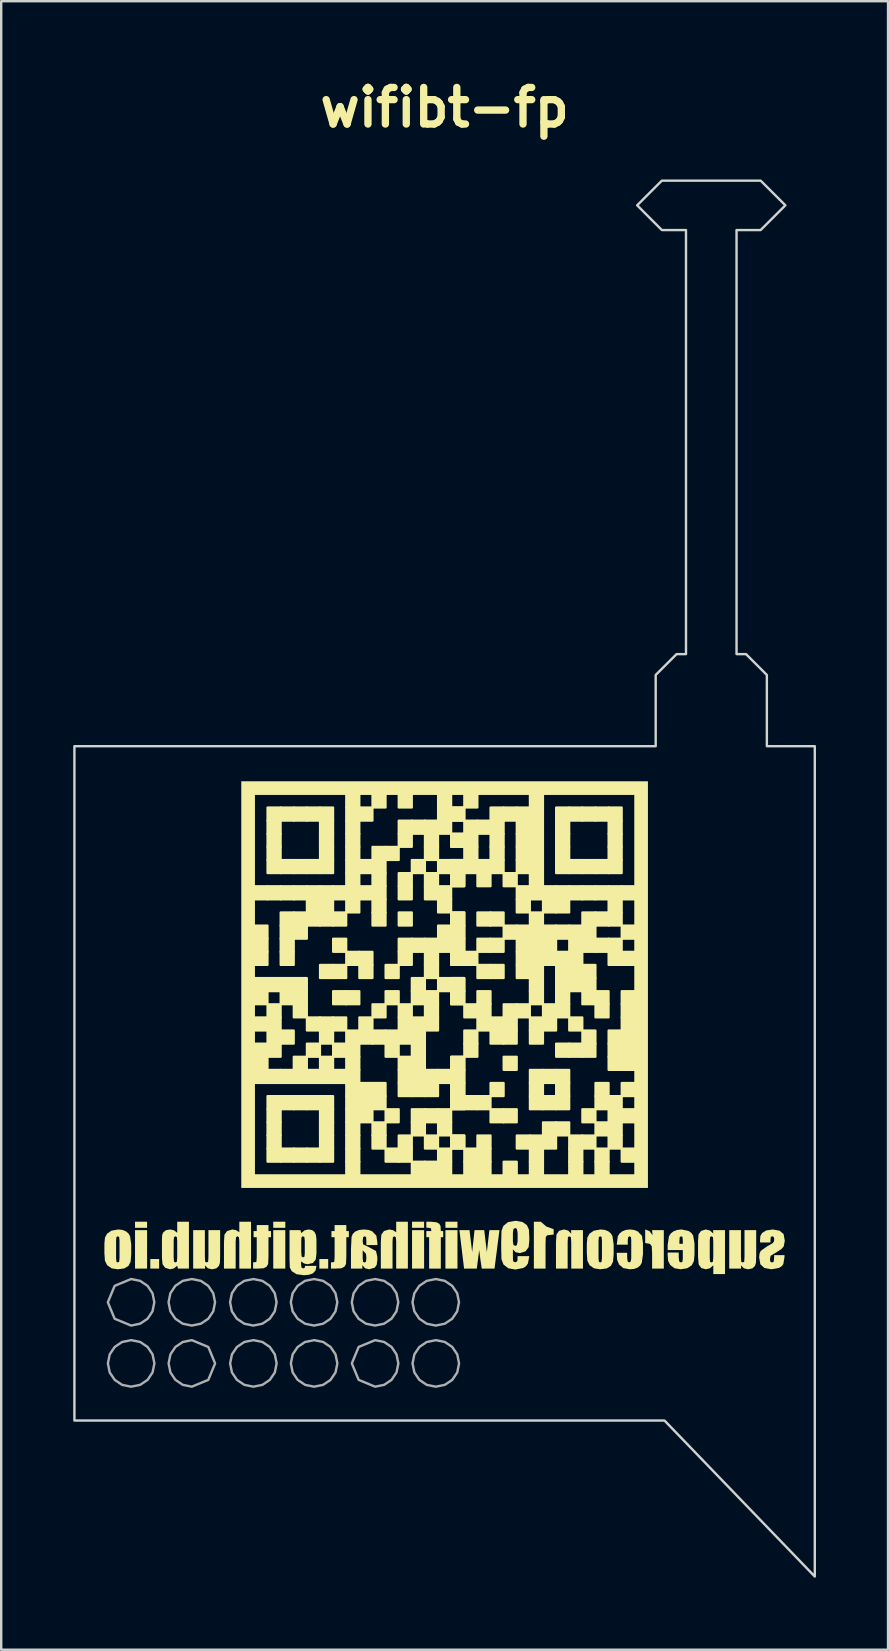
<source format=kicad_pcb>
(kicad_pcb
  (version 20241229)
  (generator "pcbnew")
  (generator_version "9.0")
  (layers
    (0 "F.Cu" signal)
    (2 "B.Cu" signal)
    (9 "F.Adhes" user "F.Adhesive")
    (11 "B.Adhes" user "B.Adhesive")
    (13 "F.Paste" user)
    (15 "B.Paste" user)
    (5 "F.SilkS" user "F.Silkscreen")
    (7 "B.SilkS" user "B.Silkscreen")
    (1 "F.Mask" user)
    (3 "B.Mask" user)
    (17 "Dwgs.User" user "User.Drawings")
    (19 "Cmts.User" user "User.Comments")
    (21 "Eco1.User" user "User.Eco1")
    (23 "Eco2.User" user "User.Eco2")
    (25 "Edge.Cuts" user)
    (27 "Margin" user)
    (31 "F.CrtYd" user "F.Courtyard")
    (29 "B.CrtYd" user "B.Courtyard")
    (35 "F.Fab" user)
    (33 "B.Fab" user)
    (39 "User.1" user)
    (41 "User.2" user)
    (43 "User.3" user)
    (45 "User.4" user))
  (footprint "wifibt-fp"
    (layer "F.Cu")
    (at 15.471 33.549)
    (property "Reference" "wifibt-fp" (at 0 -32.122 0) (layer "F.SilkS") (effects (font (size 1.524 1.524) (thickness 0.305))))
    (attr smd)
    (fp_poly (pts (xy 4.999 18.025) (xy 4.999 19.547) (xy 4.603 19.547) (xy 4.603 18.025) (xy 4.999 18.025)) (stroke (width 0) (type solid)) (fill yes) (layer "F.Mask"))
    (fp_poly (pts (xy 6.13 21.007) (xy 6.13 21.196) (xy 5.955 21.196) (xy 5.955 21.007) (xy 6.13 21.007)) (stroke (width 0) (type solid)) (fill yes) (layer "F.Mask"))
    (fp_poly (pts (xy 6.323 18.025) (xy 6.323 19.547) (xy 5.927 19.547) (xy 5.927 18.025) (xy 6.323 18.025)) (stroke (width 0) (type solid)) (fill yes) (layer "F.Mask"))
    (fp_poly (pts (xy 6.937 18.792) (xy 6.937 19.054) (xy 6.438 19.054) (xy 6.438 18.792) (xy 6.937 18.792)) (stroke (width 0) (type solid)) (fill yes) (layer "F.Mask"))
    (fp_poly (pts (xy 9.666 20.267) (xy 9.666 21.196) (xy 9.427 21.196) (xy 9.427 20.267) (xy 9.666 20.267)) (stroke (width 0) (type solid)) (fill yes) (layer "F.Mask"))
    (fp_poly (pts (xy 13.778 20.267) (xy 13.778 21.196) (xy 13.539 21.196) (xy 13.539 20.267) (xy 13.778 20.267)) (stroke (width 0) (type solid)) (fill yes) (layer "F.Mask"))
    (fp_poly (pts (xy 5.287 20.435) (xy 5.178 21.196) (xy 4.875 21.196) (xy 4.759 20.435) (xy 4.966 20.435) (xy 5.031 20.99) (xy 5.056 20.692) (xy 5.079 20.435) (xy 5.287 20.435)) (stroke (width 0) (type solid)) (fill yes) (layer "F.Mask"))
    (fp_poly (pts (xy 8.913 18.025) (xy 8.913 18.329) (xy 8.678 18.329) (xy 8.678 19.547) (xy 8.282 19.547) (xy 8.282 18.329) (xy 8.048 18.329) (xy 8.048 18.025) (xy 8.913 18.025)) (stroke (width 0) (type solid)) (fill yes) (layer "F.Mask"))
    (fp_poly (pts (xy 5.159 18.025) (xy 5.83 18.025) (xy 5.83 18.329) (xy 5.555 18.329) (xy 5.555 18.618) (xy 5.8 18.618) (xy 5.8 18.908) (xy 5.555 18.908) (xy 5.555 19.547) (xy 5.159 19.547) (xy 5.159 18.025)) (stroke (width 0) (type solid)) (fill yes) (layer "F.Mask"))
    (fp_poly (pts (xy 10.254 16.239) (xy 10.254 17.762) (xy 9.907 17.762) (xy 9.701 17.07) (xy 9.701 17.762) (xy 9.37 17.762) (xy 9.37 16.239) (xy 9.701 16.239) (xy 9.923 16.925) (xy 9.923 16.239) (xy 10.254 16.239)) (stroke (width 0) (type solid)) (fill yes) (layer "F.Mask"))
    (fp_poly (pts (xy 13.457 20.267) (xy 13.457 20.388) (xy 13.457 20.435) (xy 13.457 21.196) (xy 13.218 21.196) (xy 13.218 20.435) (xy 13.457 20.435) (xy 13.457 20.388) (xy 13.218 20.388) (xy 13.218 20.267) (xy 13.457 20.267)) (stroke (width 0) (type solid)) (fill yes) (layer "F.Mask"))
    (fp_poly (pts (xy 14.386 18.025) (xy 14.386 19.547) (xy 14.039 19.547) (xy 13.833 18.855) (xy 13.833 19.547) (xy 13.502 19.547) (xy 13.502 18.025) (xy 13.833 18.025) (xy 14.055 18.71) (xy 14.055 18.025) (xy 14.386 18.025)) (stroke (width 0) (type solid)) (fill yes) (layer "F.Mask"))
    (fp_poly (pts (xy 5.409 16.239) (xy 6.07 16.239) (xy 6.07 16.544) (xy 5.805 16.544) (xy 5.805 16.833) (xy 6.053 16.833) (xy 6.053 17.122) (xy 5.805 17.122) (xy 5.805 17.457) (xy 6.096 17.457) (xy 6.096 17.762) (xy 5.409 17.762) (xy 5.409 16.239)) (stroke (width 0) (type solid)) (fill yes) (layer "F.Mask"))
    (fp_poly (pts (xy 10.809 20.435) (xy 10.717 20.798) (xy 10.829 21.196) (xy 10.603 21.196) (xy 10.553 20.937) (xy 10.503 21.196) (xy 10.309 21.196) (xy 10.409 20.798) (xy 10.309 20.435) (xy 10.503 20.435) (xy 10.553 20.699) (xy 10.603 20.435) (xy 10.809 20.435) (xy 10.809 20.435)) (stroke (width 0) (type solid)) (fill yes) (layer "F.Mask"))
    (fp_poly (pts (xy 5.886 20.267) (xy 5.886 21.196) (xy 5.654 21.196) (xy 5.654 20.698) (xy 5.649 20.568) (xy 5.639 20.549) (xy 5.62 20.536) (xy 5.583 20.527) (xy 5.517 20.524) (xy 5.494 20.524) (xy 5.494 20.416) (xy 5.573 20.393) (xy 5.641 20.36) (xy 5.7 20.318) (xy 5.749 20.267) (xy 5.885 20.267) (xy 5.886 20.267)) (stroke (width 0) (type solid)) (fill yes) (layer "F.Mask"))
    (fp_poly (pts (xy 9.254 20.267) (xy 9.126 20.864) (xy 9.089 20.475) (xy 9.059 20.705) (xy 9.043 20.864) (xy 9.126 20.864) (xy 9.126 20.864) (xy 9.254 20.267) (xy 9.393 21.196) (xy 9.145 21.196) (xy 9.133 21.029) (xy 9.046 21.029) (xy 9.032 21.196) (xy 8.782 21.196) (xy 8.905 20.267) (xy 9.254 20.267) (xy 9.254 20.267)) (stroke (width 0) (type solid)) (fill yes) (layer "F.Mask"))
    (fp_poly (pts (xy 10.025 18.025) (xy 9.816 19.004) (xy 9.786 18.715) (xy 9.756 18.365) (xy 9.707 18.743) (xy 9.68 19.004) (xy 9.816 19.004) (xy 9.816 19.004) (xy 10.025 18.025) (xy 10.252 19.547) (xy 9.847 19.547) (xy 9.827 19.273) (xy 9.685 19.273) (xy 9.661 19.547) (xy 9.252 19.547) (xy 9.453 18.025) (xy 10.025 18.025) (xy 10.025 18.025)) (stroke (width 0) (type solid)) (fill yes) (layer "F.Mask"))
    (fp_poly (pts (xy 8.581 20.435) (xy 8.514 20.986) (xy 8.488 21.164) (xy 8.474 21.208) (xy 8.453 21.243) (xy 8.423 21.27) (xy 8.384 21.288) (xy 8.327 21.299) (xy 8.244 21.303) (xy 8.103 21.303) (xy 8.103 21.181) (xy 8.173 21.176) (xy 8.184 21.167) (xy 8.188 21.151) (xy 8.174 21.072) (xy 8.047 20.435) (xy 8.258 20.435) (xy 8.333 20.948) (xy 8.37 20.435) (xy 8.581 20.435) (xy 8.581 20.435)) (stroke (width 0) (type solid)) (fill yes) (layer "F.Mask"))
    (fp_poly (pts (xy 4.524 18.025) (xy 4.348 19.547) (xy 3.853 19.547) (xy 3.79 19.172) (xy 3.734 18.75) (xy 3.624 19.547) (xy 3.132 19.547) (xy 2.955 18.025) (xy 3.34 18.025) (xy 3.38 18.556) (xy 3.422 19.068) (xy 3.437 18.854) (xy 3.46 18.609) (xy 3.491 18.332) (xy 3.531 18.025) (xy 3.943 18.025) (xy 3.986 18.527) (xy 4.029 19.105) (xy 4.048 18.831) (xy 4.073 18.559) (xy 4.103 18.29) (xy 4.139 18.025) (xy 4.524 18.025) (xy 4.524 18.025)) (stroke (width 0) (type solid)) (fill yes) (layer "F.Mask"))
    (fp_poly (pts (xy 13.326 16.239) (xy 13.326 17.762) (xy 12.946 17.762) (xy 12.946 16.946) (xy 12.944 16.804) (xy 12.938 16.733) (xy 12.932 16.716) (xy 12.922 16.702) (xy 12.891 16.679) (xy 12.866 16.671) (xy 12.83 16.665) (xy 12.722 16.661) (xy 12.684 16.661) (xy 12.684 16.483) (xy 12.751 16.466) (xy 12.814 16.445) (xy 12.872 16.421) (xy 12.927 16.392) (xy 12.977 16.36) (xy 13.023 16.324) (xy 13.065 16.284) (xy 13.103 16.239) (xy 13.327 16.239) (xy 13.326 16.239)) (stroke (width 0) (type solid)) (fill yes) (layer "F.Mask"))
    (fp_poly (pts (xy 7.452 20.267) (xy 7.694 20.426) (xy 7.744 20.431) (xy 7.756 20.439) (xy 7.765 20.453) (xy 7.771 20.477) (xy 7.773 20.514) (xy 7.771 20.581) (xy 7.764 20.615) (xy 7.748 20.627) (xy 7.719 20.632) (xy 7.694 20.633) (xy 7.694 20.426) (xy 7.452 20.267) (xy 7.452 20.703) (xy 7.903 20.703) (xy 7.872 20.695) (xy 7.935 20.673) (xy 7.956 20.66) (xy 7.972 20.645) (xy 7.984 20.626) (xy 7.991 20.601) (xy 7.998 20.531) (xy 7.996 20.475) (xy 7.988 20.427) (xy 7.977 20.388) (xy 7.961 20.357) (xy 7.942 20.332) (xy 7.92 20.312) (xy 7.894 20.296) (xy 7.866 20.285) (xy 7.793 20.271) (xy 7.693 20.267) (xy 7.452 20.267)) (stroke (width 0) (type solid)) (fill yes) (layer "F.Mask"))
    (fp_poly (pts (xy 7.452 20.703) (xy 7.693 20.777) (xy 7.694 20.777) (xy 7.738 20.781) (xy 7.761 20.792) (xy 7.77 20.816) (xy 7.773 20.864) (xy 7.773 20.95) (xy 7.769 20.996) (xy 7.758 21.021) (xy 7.735 21.033) (xy 7.693 21.037) (xy 7.693 20.777) (xy 7.452 20.703) (xy 7.453 21.196) (xy 7.733 21.196) (xy 7.853 21.192) (xy 7.925 21.179) (xy 7.947 21.17) (xy 7.966 21.156) (xy 7.981 21.139) (xy 7.994 21.118) (xy 8.003 21.092) (xy 8.011 21.06) (xy 8.015 20.978) (xy 8.015 20.892) (xy 8.014 20.85) (xy 8.007 20.813) (xy 7.999 20.782) (xy 7.985 20.758) (xy 7.967 20.737) (xy 7.942 20.72) (xy 7.91 20.705) (xy 7.903 20.703) (xy 7.452 20.703)) (stroke (width 0) (type solid)) (fill yes) (layer "F.Mask"))
    (fp_poly (pts (xy 7.051 18.846) (xy 7.447 18.861) (xy 7.447 18.861) (xy 7.519 18.868) (xy 7.542 18.875) (xy 7.556 18.884) (xy 7.565 18.899) (xy 7.571 18.924) (xy 7.576 19.003) (xy 7.576 19.144) (xy 7.57 19.22) (xy 7.564 19.244) (xy 7.553 19.26) (xy 7.538 19.271) (xy 7.515 19.279) (xy 7.447 19.286) (xy 7.447 18.861) (xy 7.051 18.846) (xy 7.051 19.547) (xy 7.509 19.547) (xy 7.707 19.54) (xy 7.776 19.532) (xy 7.825 19.52) (xy 7.861 19.503) (xy 7.891 19.481) (xy 7.917 19.452) (xy 7.937 19.418) (xy 7.952 19.376) (xy 7.964 19.324) (xy 7.97 19.262) (xy 7.972 19.19) (xy 7.972 19.049) (xy 7.969 18.979) (xy 7.961 18.92) (xy 7.945 18.869) (xy 7.933 18.846) (xy 7.051 18.846)) (stroke (width 0) (type solid)) (fill yes) (layer "F.Mask"))
    (fp_poly (pts (xy 7.051 18.024) (xy 7.447 18.624) (xy 7.447 18.285) (xy 7.498 18.288) (xy 7.528 18.294) (xy 7.548 18.307) (xy 7.564 18.33) (xy 7.573 18.369) (xy 7.576 18.43) (xy 7.572 18.539) (xy 7.567 18.573) (xy 7.56 18.595) (xy 7.55 18.607) (xy 7.534 18.616) (xy 7.513 18.621) (xy 7.486 18.623) (xy 7.447 18.624) (xy 7.051 18.024) (xy 7.051 18.846) (xy 7.933 18.846) (xy 7.924 18.829) (xy 7.894 18.795) (xy 7.853 18.767) (xy 7.801 18.743) (xy 7.738 18.725) (xy 7.794 18.71) (xy 7.841 18.691) (xy 7.876 18.669) (xy 7.902 18.645) (xy 7.921 18.613) (xy 7.934 18.572) (xy 7.942 18.52) (xy 7.945 18.458) (xy 7.941 18.367) (xy 7.93 18.288) (xy 7.911 18.223) (xy 7.886 18.172) (xy 7.853 18.131) (xy 7.817 18.098) (xy 7.775 18.072) (xy 7.729 18.054) (xy 7.676 18.041) (xy 7.611 18.032) (xy 7.446 18.025) (xy 7.051 18.025) (xy 7.051 18.024)) (stroke (width 0) (type solid)) (fill yes) (layer "F.Mask"))
    (fp_poly (pts (xy 4.29 16.239) (xy 4.29 17.257) (xy 4.287 17.404) (xy 4.279 17.5) (xy 4.271 17.535) (xy 4.257 17.571) (xy 4.237 17.607) (xy 4.212 17.644) (xy 4.182 17.679) (xy 4.148 17.709) (xy 4.109 17.735) (xy 4.066 17.756) (xy 4.018 17.773) (xy 3.967 17.784) (xy 3.912 17.791) (xy 3.852 17.794) (xy 3.786 17.791) (xy 3.724 17.782) (xy 3.666 17.768) (xy 3.611 17.749) (xy 3.563 17.724) (xy 3.52 17.697) (xy 3.485 17.666) (xy 3.455 17.631) (xy 3.432 17.594) (xy 3.414 17.557) (xy 3.402 17.518) (xy 3.394 17.479) (xy 3.387 17.354) (xy 3.385 17.14) (xy 3.385 16.239) (xy 3.781 16.239) (xy 3.781 17.381) (xy 3.783 17.463) (xy 3.791 17.509) (xy 3.798 17.521) (xy 3.808 17.529) (xy 3.835 17.536) (xy 3.853 17.534) (xy 3.866 17.529) (xy 3.877 17.519) (xy 3.884 17.506) (xy 3.892 17.454) (xy 3.895 17.361) (xy 3.895 16.239) (xy 4.29 16.239) (xy 4.29 16.239)) (stroke (width 0) (type solid)) (fill yes) (layer "F.Mask"))
    (fp_poly (pts (xy 10.32 18.025) (xy 10.715 18.285) (xy 10.715 19.287) (xy 10.754 19.285) (xy 10.784 19.278) (xy 10.806 19.268) (xy 10.82 19.253) (xy 10.829 19.228) (xy 10.835 19.189) (xy 10.84 19.066) (xy 10.84 18.474) (xy 10.838 18.389) (xy 10.833 18.342) (xy 10.822 18.317) (xy 10.803 18.299) (xy 10.769 18.289) (xy 10.715 18.285) (xy 10.715 18.285) (xy 10.715 18.285) (xy 10.32 18.025) (xy 10.616 18.025) (xy 10.856 18.031) (xy 10.941 18.04) (xy 11.003 18.051) (xy 11.051 18.066) (xy 11.093 18.086) (xy 11.128 18.11) (xy 11.157 18.138) (xy 11.181 18.169) (xy 11.2 18.201) (xy 11.214 18.236) (xy 11.223 18.272) (xy 11.233 18.381) (xy 11.236 18.562) (xy 11.236 19.095) (xy 11.231 19.266) (xy 11.225 19.326) (xy 11.216 19.369) (xy 11.205 19.402) (xy 11.19 19.431) (xy 11.172 19.456) (xy 11.149 19.478) (xy 11.096 19.51) (xy 11.031 19.532) (xy 10.943 19.543) (xy 10.818 19.547) (xy 10.319 19.547) (xy 10.319 18.025) (xy 10.32 18.025)) (stroke (width 0) (type solid)) (fill yes) (layer "F.Mask"))
    (fp_poly (pts (xy 11.384 18.025) (xy 11.779 18.285) (xy 11.779 19.287) (xy 11.818 19.285) (xy 11.848 19.278) (xy 11.871 19.268) (xy 11.885 19.253) (xy 11.894 19.228) (xy 11.9 19.189) (xy 11.905 19.066) (xy 11.905 18.474) (xy 11.903 18.389) (xy 11.898 18.342) (xy 11.887 18.317) (xy 11.867 18.299) (xy 11.834 18.289) (xy 11.779 18.285) (xy 11.779 18.285) (xy 11.779 18.285) (xy 11.384 18.025) (xy 11.68 18.025) (xy 11.921 18.031) (xy 12.006 18.04) (xy 12.068 18.051) (xy 12.115 18.066) (xy 12.157 18.086) (xy 12.193 18.11) (xy 12.222 18.138) (xy 12.246 18.169) (xy 12.265 18.201) (xy 12.279 18.236) (xy 12.288 18.272) (xy 12.298 18.381) (xy 12.301 18.562) (xy 12.301 19.095) (xy 12.296 19.266) (xy 12.29 19.326) (xy 12.281 19.369) (xy 12.27 19.402) (xy 12.255 19.431) (xy 12.236 19.456) (xy 12.214 19.478) (xy 12.16 19.51) (xy 12.095 19.532) (xy 12.007 19.543) (xy 11.883 19.547) (xy 11.384 19.547) (xy 11.384 18.025) (xy 11.384 18.025)) (stroke (width 0) (type solid)) (fill yes) (layer "F.Mask"))
    (fp_poly (pts (xy 12.54 20.435) (xy 12.536 20.507) (xy 12.566 20.469) (xy 12.6 20.443) (xy 12.64 20.426) (xy 12.685 20.421) (xy 12.729 20.426) (xy 12.768 20.442) (xy 12.802 20.469) (xy 12.832 20.507) (xy 12.863 20.469) (xy 12.898 20.443) (xy 12.936 20.426) (xy 12.979 20.421) (xy 13.033 20.428) (xy 13.056 20.437) (xy 13.077 20.449) (xy 13.109 20.481) (xy 13.126 20.52) (xy 13.134 20.574) (xy 13.137 20.655) (xy 13.137 21.196) (xy 12.912 21.196) (xy 12.912 20.7) (xy 12.91 20.621) (xy 12.905 20.579) (xy 12.894 20.562) (xy 12.875 20.556) (xy 12.855 20.561) (xy 12.843 20.579) (xy 12.838 20.62) (xy 12.836 20.7) (xy 12.836 21.196) (xy 12.611 21.196) (xy 12.611 20.712) (xy 12.61 20.623) (xy 12.606 20.578) (xy 12.596 20.561) (xy 12.576 20.556) (xy 12.561 20.559) (xy 12.549 20.568) (xy 12.541 20.58) (xy 12.537 20.596) (xy 12.536 20.668) (xy 12.536 21.196) (xy 12.311 21.196) (xy 12.311 20.434) (xy 12.54 20.434) (xy 12.54 20.435)) (stroke (width 0) (type solid)) (fill yes) (layer "F.Mask"))
    (fp_poly (pts (xy 4.443 16.239) (xy 4.838 16.5) (xy 4.838 16.887) (xy 4.867 16.888) (xy 4.913 16.881) (xy 4.93 16.873) (xy 4.943 16.862) (xy 4.952 16.845) (xy 4.959 16.82) (xy 4.964 16.75) (xy 4.964 16.625) (xy 4.958 16.56) (xy 4.95 16.539) (xy 4.939 16.523) (xy 4.923 16.513) (xy 4.901 16.506) (xy 4.837 16.5) (xy 4.837 16.5) (xy 4.838 16.5) (xy 4.443 16.239) (xy 4.842 16.239) (xy 4.984 16.246) (xy 5.042 16.254) (xy 5.09 16.265) (xy 5.131 16.279) (xy 5.166 16.296) (xy 5.196 16.315) (xy 5.221 16.338) (xy 5.241 16.363) (xy 5.257 16.391) (xy 5.27 16.422) (xy 5.279 16.455) (xy 5.291 16.541) (xy 5.295 16.665) (xy 5.295 16.798) (xy 5.293 16.866) (xy 5.287 16.924) (xy 5.278 16.972) (xy 5.265 17.01) (xy 5.247 17.042) (xy 5.222 17.069) (xy 5.192 17.093) (xy 5.154 17.113) (xy 5.111 17.128) (xy 5.062 17.14) (xy 5.006 17.146) (xy 4.945 17.149) (xy 4.838 17.149) (xy 4.838 17.762) (xy 4.442 17.762) (xy 4.442 16.239) (xy 4.443 16.239)) (stroke (width 0) (type solid)) (fill yes) (layer "F.Mask"))
    (fp_poly (pts (xy 3.579 20.267) (xy 3.75 20.267) (xy 3.821 20.426) (xy 3.821 20.633) (xy 3.855 20.63) (xy 3.878 20.622) (xy 3.885 20.613) (xy 3.89 20.598) (xy 3.894 20.549) (xy 3.894 20.498) (xy 3.89 20.461) (xy 3.878 20.44) (xy 3.855 20.429) (xy 3.82 20.426) (xy 3.82 20.426) (xy 3.821 20.426) (xy 3.75 20.267) (xy 3.893 20.27) (xy 3.981 20.28) (xy 4.01 20.289) (xy 4.036 20.304) (xy 4.059 20.323) (xy 4.08 20.348) (xy 4.097 20.379) (xy 4.109 20.418) (xy 4.116 20.465) (xy 4.118 20.521) (xy 4.111 20.611) (xy 4.103 20.643) (xy 4.091 20.666) (xy 4.074 20.683) (xy 4.051 20.696) (xy 4.021 20.706) (xy 3.985 20.711) (xy 4.045 20.732) (xy 4.066 20.745) (xy 4.081 20.759) (xy 4.101 20.788) (xy 4.112 20.814) (xy 4.117 20.861) (xy 4.119 20.951) (xy 4.119 21.196) (xy 3.894 21.196) (xy 3.894 20.887) (xy 3.891 20.827) (xy 3.882 20.795) (xy 3.874 20.787) (xy 3.861 20.782) (xy 3.821 20.777) (xy 3.821 21.196) (xy 3.579 21.196) (xy 3.579 20.267) (xy 3.579 20.267)) (stroke (width 0) (type solid)) (fill yes) (layer "F.Mask"))
    (fp_poly (pts (xy 14.386 20.702) (xy 14.153 20.597) (xy 14.148 20.571) (xy 14.138 20.559) (xy 14.121 20.556) (xy 14.103 20.559) (xy 14.093 20.571) (xy 14.088 20.597) (xy 14.086 20.645) (xy 14.086 20.988) (xy 14.088 21.033) (xy 14.093 21.059) (xy 14.103 21.071) (xy 14.12 21.075) (xy 14.137 21.071) (xy 14.147 21.06) (xy 14.152 21.037) (xy 14.154 20.996) (xy 14.155 20.645) (xy 14.155 20.645) (xy 14.153 20.597) (xy 14.386 20.702) (xy 14.386 20.889) (xy 14.383 20.978) (xy 14.375 21.04) (xy 14.358 21.086) (xy 14.331 21.129) (xy 14.292 21.165) (xy 14.243 21.191) (xy 14.186 21.205) (xy 14.122 21.21) (xy 14.051 21.206) (xy 13.991 21.193) (xy 13.944 21.172) (xy 13.908 21.142) (xy 13.883 21.104) (xy 13.866 21.06) (xy 13.857 20.999) (xy 13.854 20.914) (xy 13.854 20.719) (xy 13.86 20.624) (xy 13.877 20.553) (xy 13.891 20.524) (xy 13.91 20.499) (xy 13.933 20.476) (xy 13.96 20.457) (xy 13.992 20.441) (xy 14.028 20.43) (xy 14.068 20.423) (xy 14.113 20.421) (xy 14.185 20.427) (xy 14.247 20.444) (xy 14.296 20.471) (xy 14.333 20.505) (xy 14.359 20.542) (xy 14.375 20.581) (xy 14.384 20.631) (xy 14.387 20.702) (xy 14.387 20.702) (xy 14.386 20.702)) (stroke (width 0) (type solid)) (fill yes) (layer "F.Mask"))
    (fp_poly (pts (xy 6.211 16.239) (xy 6.491 16.239) (xy 6.607 16.5) (xy 6.607 16.838) (xy 6.664 16.834) (xy 6.7 16.821) (xy 6.712 16.806) (xy 6.721 16.781) (xy 6.726 16.746) (xy 6.728 16.701) (xy 6.728 16.617) (xy 6.721 16.558) (xy 6.713 16.537) (xy 6.701 16.522) (xy 6.686 16.513) (xy 6.665 16.505) (xy 6.607 16.5) (xy 6.607 16.5) (xy 6.607 16.5) (xy 6.491 16.239) (xy 6.726 16.245) (xy 6.809 16.252) (xy 6.87 16.261) (xy 6.917 16.276) (xy 6.96 16.3) (xy 6.998 16.332) (xy 7.032 16.372) (xy 7.059 16.423) (xy 7.079 16.487) (xy 7.091 16.564) (xy 7.095 16.655) (xy 7.092 16.737) (xy 7.084 16.804) (xy 7.07 16.856) (xy 7.051 16.894) (xy 7.023 16.921) (xy 6.985 16.943) (xy 6.936 16.958) (xy 6.877 16.967) (xy 6.931 16.983) (xy 6.975 17.001) (xy 7.01 17.022) (xy 7.035 17.045) (xy 7.067 17.092) (xy 7.084 17.136) (xy 7.092 17.212) (xy 7.095 17.36) (xy 7.095 17.762) (xy 6.728 17.762) (xy 6.728 17.256) (xy 6.723 17.157) (xy 6.717 17.125) (xy 6.708 17.105) (xy 6.694 17.092) (xy 6.673 17.083) (xy 6.644 17.077) (xy 6.607 17.075) (xy 6.607 17.762) (xy 6.211 17.762) (xy 6.211 16.239) (xy 6.211 16.239)) (stroke (width 0) (type solid)) (fill yes) (layer "F.Mask"))
    (fp_poly (pts (xy 6.741 20.581) (xy 6.507 20.443) (xy 6.501 20.411) (xy 6.49 20.397) (xy 6.468 20.392) (xy 6.447 20.397) (xy 6.434 20.412) (xy 6.428 20.445) (xy 6.426 20.503) (xy 6.426 20.957) (xy 6.428 21.022) (xy 6.434 21.054) (xy 6.446 21.067) (xy 6.468 21.071) (xy 6.489 21.066) (xy 6.501 21.052) (xy 6.507 21.02) (xy 6.509 20.964) (xy 6.509 20.503) (xy 6.509 20.503) (xy 6.507 20.443) (xy 6.741 20.581) (xy 6.741 20.891) (xy 6.738 20.983) (xy 6.729 21.045) (xy 6.711 21.092) (xy 6.681 21.135) (xy 6.642 21.171) (xy 6.594 21.196) (xy 6.54 21.209) (xy 6.48 21.214) (xy 6.404 21.209) (xy 6.342 21.195) (xy 6.292 21.17) (xy 6.254 21.135) (xy 6.226 21.093) (xy 6.207 21.049) (xy 6.197 20.991) (xy 6.194 20.906) (xy 6.194 20.581) (xy 6.199 20.47) (xy 6.206 20.426) (xy 6.216 20.39) (xy 6.23 20.359) (xy 6.249 20.332) (xy 6.274 20.308) (xy 6.304 20.288) (xy 6.338 20.271) (xy 6.377 20.259) (xy 6.418 20.252) (xy 6.463 20.249) (xy 6.536 20.256) (xy 6.6 20.276) (xy 6.653 20.305) (xy 6.69 20.341) (xy 6.715 20.382) (xy 6.73 20.428) (xy 6.738 20.49) (xy 6.741 20.581) (xy 6.741 20.581) (xy 6.741 20.581)) (stroke (width 0) (type solid)) (fill yes) (layer "F.Mask"))
    (fp_poly (pts (xy 11.558 17.502) (xy 11.558 17.762) (xy 10.722 17.762) (xy 10.722 17.545) (xy 11.018 17.053) (xy 11.11 16.894) (xy 11.163 16.793) (xy 11.194 16.725) (xy 11.216 16.664) (xy 11.229 16.612) (xy 11.233 16.568) (xy 11.228 16.513) (xy 11.212 16.475) (xy 11.2 16.462) (xy 11.186 16.452) (xy 11.168 16.446) (xy 11.148 16.444) (xy 11.128 16.447) (xy 11.11 16.453) (xy 11.095 16.463) (xy 11.083 16.478) (xy 11.074 16.499) (xy 11.068 16.529) (xy 11.063 16.613) (xy 11.063 16.757) (xy 10.723 16.757) (xy 10.723 16.702) (xy 10.726 16.588) (xy 10.736 16.501) (xy 10.745 16.464) (xy 10.758 16.427) (xy 10.777 16.391) (xy 10.8 16.355) (xy 10.828 16.321) (xy 10.86 16.292) (xy 10.896 16.267) (xy 10.935 16.247) (xy 10.978 16.231) (xy 11.026 16.219) (xy 11.078 16.212) (xy 11.133 16.21) (xy 11.24 16.217) (xy 11.288 16.226) (xy 11.332 16.238) (xy 11.373 16.254) (xy 11.411 16.274) (xy 11.445 16.297) (xy 11.476 16.323) (xy 11.527 16.383) (xy 11.563 16.45) (xy 11.585 16.525) (xy 11.592 16.607) (xy 11.588 16.673) (xy 11.576 16.741) (xy 11.555 16.812) (xy 11.526 16.883) (xy 11.478 16.977) (xy 11.398 17.111) (xy 11.286 17.286) (xy 11.142 17.502) (xy 11.558 17.502) (xy 11.558 17.502)) (stroke (width 0) (type solid)) (fill yes) (layer "F.Mask"))
    (fp_poly (pts (xy 11.638 20.672) (xy 11.396 20.672) (xy 11.396 20.51) (xy 11.394 20.453) (xy 11.388 20.422) (xy 11.376 20.409) (xy 11.354 20.405) (xy 11.33 20.41) (xy 11.316 20.426) (xy 11.31 20.46) (xy 11.308 20.518) (xy 11.308 20.949) (xy 11.31 21.005) (xy 11.316 21.038) (xy 11.329 21.053) (xy 11.352 21.059) (xy 11.375 21.053) (xy 11.388 21.038) (xy 11.394 21.003) (xy 11.396 20.941) (xy 11.396 20.824) (xy 11.637 20.824) (xy 11.637 20.86) (xy 11.632 20.984) (xy 11.626 21.029) (xy 11.617 21.065) (xy 11.604 21.094) (xy 11.585 21.121) (xy 11.559 21.147) (xy 11.527 21.17) (xy 11.49 21.19) (xy 11.449 21.204) (xy 11.404 21.213) (xy 11.355 21.216) (xy 11.305 21.213) (xy 11.258 21.206) (xy 11.217 21.194) (xy 11.18 21.177) (xy 11.149 21.156) (xy 11.123 21.132) (xy 11.103 21.103) (xy 11.089 21.071) (xy 11.079 21.033) (xy 11.072 20.986) (xy 11.066 20.866) (xy 11.066 20.595) (xy 11.068 20.507) (xy 11.073 20.444) (xy 11.087 20.395) (xy 11.114 20.347) (xy 11.155 20.306) (xy 11.209 20.274) (xy 11.274 20.254) (xy 11.348 20.247) (xy 11.399 20.25) (xy 11.446 20.258) (xy 11.487 20.271) (xy 11.524 20.289) (xy 11.556 20.311) (xy 11.582 20.335) (xy 11.602 20.362) (xy 11.616 20.392) (xy 11.626 20.427) (xy 11.633 20.471) (xy 11.638 20.584) (xy 11.637 20.672) (xy 11.638 20.672)) (stroke (width 0) (type solid)) (fill yes) (layer "F.Mask"))
    (fp_poly (pts (xy 4.731 20.829) (xy 4.431 20.829) (xy 4.498 20.705) (xy 4.498 20.649) (xy 4.496 20.6) (xy 4.491 20.573) (xy 4.481 20.56) (xy 4.465 20.556) (xy 4.445 20.559) (xy 4.435 20.57) (xy 4.431 20.597) (xy 4.43 20.649) (xy 4.43 20.705) (xy 4.498 20.705) (xy 4.498 20.705) (xy 4.431 20.829) (xy 4.431 20.994) (xy 4.433 21.036) (xy 4.439 21.06) (xy 4.45 21.071) (xy 4.467 21.075) (xy 4.489 21.07) (xy 4.502 21.056) (xy 4.509 21.026) (xy 4.511 20.979) (xy 4.511 20.878) (xy 4.731 20.878) (xy 4.731 20.934) (xy 4.729 20.997) (xy 4.722 21.043) (xy 4.708 21.082) (xy 4.681 21.124) (xy 4.644 21.162) (xy 4.598 21.189) (xy 4.541 21.205) (xy 4.472 21.21) (xy 4.403 21.205) (xy 4.342 21.189) (xy 4.292 21.164) (xy 4.254 21.131) (xy 4.228 21.092) (xy 4.211 21.049) (xy 4.202 20.994) (xy 4.199 20.92) (xy 4.199 20.697) (xy 4.206 20.608) (xy 4.214 20.572) (xy 4.226 20.54) (xy 4.242 20.513) (xy 4.262 20.489) (xy 4.286 20.469) (xy 4.314 20.452) (xy 4.346 20.438) (xy 4.38 20.428) (xy 4.456 20.421) (xy 4.502 20.423) (xy 4.544 20.43) (xy 4.582 20.442) (xy 4.616 20.458) (xy 4.646 20.478) (xy 4.67 20.501) (xy 4.69 20.527) (xy 4.705 20.556) (xy 4.716 20.59) (xy 4.724 20.629) (xy 4.73 20.728) (xy 4.73 20.829) (xy 4.731 20.829)) (stroke (width 0) (type solid)) (fill yes) (layer "F.Mask"))
    (fp_poly (pts (xy 10.274 20.829) (xy 9.974 20.829) (xy 10.04 20.705) (xy 10.04 20.649) (xy 10.038 20.6) (xy 10.033 20.573) (xy 10.023 20.56) (xy 10.007 20.556) (xy 9.988 20.559) (xy 9.978 20.57) (xy 9.974 20.597) (xy 9.973 20.649) (xy 9.973 20.705) (xy 10.041 20.705) (xy 10.04 20.705) (xy 9.974 20.829) (xy 9.974 20.994) (xy 9.976 21.036) (xy 9.982 21.06) (xy 9.993 21.071) (xy 10.01 21.075) (xy 10.032 21.07) (xy 10.045 21.056) (xy 10.052 21.026) (xy 10.054 20.979) (xy 10.054 20.878) (xy 10.274 20.878) (xy 10.274 20.934) (xy 10.272 20.997) (xy 10.265 21.043) (xy 10.25 21.082) (xy 10.224 21.124) (xy 10.187 21.162) (xy 10.141 21.189) (xy 10.084 21.205) (xy 10.015 21.21) (xy 9.946 21.205) (xy 9.885 21.189) (xy 9.835 21.164) (xy 9.797 21.131) (xy 9.771 21.092) (xy 9.754 21.049) (xy 9.745 20.994) (xy 9.742 20.92) (xy 9.742 20.697) (xy 9.749 20.608) (xy 9.757 20.572) (xy 9.769 20.54) (xy 9.784 20.513) (xy 9.804 20.489) (xy 9.829 20.469) (xy 9.857 20.452) (xy 9.889 20.438) (xy 9.923 20.428) (xy 9.998 20.421) (xy 10.045 20.423) (xy 10.087 20.43) (xy 10.125 20.442) (xy 10.159 20.458) (xy 10.188 20.478) (xy 10.213 20.501) (xy 10.233 20.527) (xy 10.248 20.556) (xy 10.259 20.59) (xy 10.267 20.629) (xy 10.273 20.728) (xy 10.273 20.829) (xy 10.274 20.829)) (stroke (width 0) (type solid)) (fill yes) (layer "F.Mask"))
    (fp_poly (pts (xy 11.926 20.73) (xy 11.708 20.73) (xy 11.708 20.678) (xy 11.713 20.6) (xy 11.728 20.542) (xy 11.741 20.519) (xy 11.759 20.497) (xy 11.782 20.477) (xy 11.811 20.457) (xy 11.844 20.441) (xy 11.881 20.43) (xy 11.923 20.423) (xy 11.97 20.421) (xy 12.025 20.423) (xy 12.001 20.834) (xy 11.957 20.871) (xy 11.937 20.902) (xy 11.931 20.936) (xy 11.929 20.982) (xy 11.931 21.03) (xy 11.937 21.058) (xy 11.948 21.071) (xy 11.968 21.075) (xy 11.985 21.072) (xy 11.996 21.062) (xy 12.001 21.037) (xy 12.003 20.991) (xy 12.003 20.834) (xy 12.001 20.834) (xy 12.025 20.423) (xy 12.073 20.431) (xy 12.114 20.444) (xy 12.148 20.463) (xy 12.175 20.485) (xy 12.195 20.509) (xy 12.21 20.536) (xy 12.219 20.565) (xy 12.228 20.657) (xy 12.231 20.814) (xy 12.231 21.196) (xy 12.006 21.196) (xy 12.006 21.129) (xy 11.981 21.164) (xy 11.951 21.19) (xy 11.914 21.205) (xy 11.871 21.21) (xy 11.841 21.208) (xy 11.813 21.202) (xy 11.785 21.191) (xy 11.759 21.176) (xy 11.737 21.154) (xy 11.721 21.121) (xy 11.712 21.079) (xy 11.709 21.026) (xy 11.709 20.964) (xy 11.716 20.892) (xy 11.724 20.866) (xy 11.736 20.847) (xy 11.754 20.831) (xy 11.783 20.814) (xy 11.87 20.775) (xy 11.957 20.737) (xy 11.981 20.724) (xy 11.992 20.715) (xy 11.998 20.691) (xy 12 20.651) (xy 11.998 20.602) (xy 11.991 20.574) (xy 11.979 20.56) (xy 11.961 20.556) (xy 11.942 20.559) (xy 11.932 20.571) (xy 11.928 20.598) (xy 11.927 20.65) (xy 11.928 20.73) (xy 11.926 20.73)) (stroke (width 0) (type solid)) (fill yes) (layer "F.Mask"))
    (fp_poly (pts (xy 8.173 16.903) (xy 7.777 16.903) (xy 7.777 16.638) (xy 7.774 16.544) (xy 7.764 16.494) (xy 7.756 16.481) (xy 7.744 16.472) (xy 7.728 16.467) (xy 7.709 16.465) (xy 7.687 16.467) (xy 7.669 16.474) (xy 7.656 16.485) (xy 7.647 16.5) (xy 7.637 16.555) (xy 7.634 16.65) (xy 7.634 17.357) (xy 7.637 17.449) (xy 7.647 17.502) (xy 7.656 17.517) (xy 7.668 17.528) (xy 7.685 17.534) (xy 7.706 17.536) (xy 7.726 17.534) (xy 7.743 17.528) (xy 7.755 17.517) (xy 7.764 17.502) (xy 7.775 17.446) (xy 7.779 17.343) (xy 7.779 17.152) (xy 8.175 17.152) (xy 8.175 17.212) (xy 8.173 17.321) (xy 8.167 17.413) (xy 8.156 17.488) (xy 8.141 17.546) (xy 8.12 17.594) (xy 8.088 17.639) (xy 8.046 17.681) (xy 7.994 17.719) (xy 7.933 17.752) (xy 7.866 17.775) (xy 7.793 17.789) (xy 7.713 17.794) (xy 7.629 17.79) (xy 7.554 17.778) (xy 7.486 17.758) (xy 7.426 17.731) (xy 7.374 17.696) (xy 7.332 17.656) (xy 7.299 17.609) (xy 7.276 17.557) (xy 7.26 17.494) (xy 7.249 17.417) (xy 7.242 17.326) (xy 7.24 17.221) (xy 7.24 16.776) (xy 7.243 16.632) (xy 7.251 16.53) (xy 7.259 16.489) (xy 7.273 16.449) (xy 7.292 16.409) (xy 7.317 16.371) (xy 7.348 16.335) (xy 7.384 16.303) (xy 7.425 16.275) (xy 7.472 16.252) (xy 7.524 16.232) (xy 7.579 16.218) (xy 7.638 16.21) (xy 7.701 16.207) (xy 7.784 16.212) (xy 7.86 16.224) (xy 7.928 16.245) (xy 7.989 16.275) (xy 8.041 16.311) (xy 8.083 16.351) (xy 8.116 16.396) (xy 8.139 16.444) (xy 8.154 16.502) (xy 8.165 16.573) (xy 8.172 16.659) (xy 8.174 16.758) (xy 8.174 16.903) (xy 8.173 16.903)) (stroke (width 0) (type solid)) (fill yes) (layer "F.Mask"))
    (fp_poly (pts (xy 12.602 16.755) (xy 12.206 17.525) (xy 12.216 17.473) (xy 12.219 17.381) (xy 12.219 16.627) (xy 12.221 16.627) (xy 12.218 16.528) (xy 12.209 16.475) (xy 12.201 16.462) (xy 12.189 16.452) (xy 12.173 16.446) (xy 12.154 16.445) (xy 12.134 16.447) (xy 12.119 16.453) (xy 12.106 16.463) (xy 12.097 16.477) (xy 12.087 16.531) (xy 12.084 16.627) (xy 12.084 17.37) (xy 12.087 17.476) (xy 12.096 17.53) (xy 12.104 17.542) (xy 12.116 17.55) (xy 12.151 17.557) (xy 12.171 17.555) (xy 12.186 17.549) (xy 12.198 17.539) (xy 12.206 17.525) (xy 12.602 16.755) (xy 12.602 17.262) (xy 12.597 17.412) (xy 12.583 17.514) (xy 12.571 17.553) (xy 12.554 17.591) (xy 12.532 17.627) (xy 12.505 17.662) (xy 12.473 17.694) (xy 12.439 17.721) (xy 12.402 17.743) (xy 12.362 17.761) (xy 12.319 17.774) (xy 12.273 17.783) (xy 12.175 17.791) (xy 12.109 17.789) (xy 12.05 17.783) (xy 11.996 17.773) (xy 11.948 17.76) (xy 11.905 17.742) (xy 11.867 17.719) (xy 11.833 17.692) (xy 11.804 17.661) (xy 11.758 17.593) (xy 11.728 17.521) (xy 11.718 17.478) (xy 11.711 17.425) (xy 11.705 17.286) (xy 11.705 16.755) (xy 11.707 16.656) (xy 11.714 16.571) (xy 11.725 16.499) (xy 11.741 16.441) (xy 11.763 16.391) (xy 11.795 16.347) (xy 11.835 16.307) (xy 11.885 16.273) (xy 11.941 16.246) (xy 12.004 16.226) (xy 12.072 16.214) (xy 12.146 16.21) (xy 12.207 16.213) (xy 12.264 16.221) (xy 12.319 16.235) (xy 12.37 16.255) (xy 12.416 16.277) (xy 12.456 16.303) (xy 12.49 16.33) (xy 12.517 16.361) (xy 12.54 16.393) (xy 12.558 16.428) (xy 12.573 16.464) (xy 12.583 16.503) (xy 12.597 16.605) (xy 12.601 16.755) (xy 12.601 16.755) (xy 12.602 16.755)) (stroke (width 0) (type solid)) (fill yes) (layer "F.Mask"))
    (fp_poly (pts (xy 9.221 17.131) (xy 8.826 16.631) (xy 8.823 16.544) (xy 8.814 16.495) (xy 8.807 16.482) (xy 8.797 16.473) (xy 8.783 16.467) (xy 8.766 16.465) (xy 8.739 16.471) (xy 8.718 16.489) (xy 8.711 16.507) (xy 8.706 16.536) (xy 8.702 16.631) (xy 8.702 17.341) (xy 8.705 17.449) (xy 8.713 17.505) (xy 8.72 17.519) (xy 8.731 17.528) (xy 8.746 17.534) (xy 8.764 17.536) (xy 8.782 17.534) (xy 8.797 17.527) (xy 8.808 17.516) (xy 8.815 17.5) (xy 8.823 17.44) (xy 8.826 17.33) (xy 8.826 16.631) (xy 8.826 16.631) (xy 9.221 17.131) (xy 9.218 17.327) (xy 9.21 17.456) (xy 9.202 17.503) (xy 9.188 17.547) (xy 9.169 17.59) (xy 9.143 17.63) (xy 9.112 17.667) (xy 9.076 17.7) (xy 9.036 17.728) (xy 8.99 17.751) (xy 8.939 17.77) (xy 8.885 17.783) (xy 8.826 17.791) (xy 8.764 17.794) (xy 8.704 17.791) (xy 8.648 17.784) (xy 8.594 17.771) (xy 8.544 17.754) (xy 8.498 17.731) (xy 8.457 17.704) (xy 8.42 17.671) (xy 8.388 17.634) (xy 8.361 17.593) (xy 8.341 17.55) (xy 8.326 17.506) (xy 8.317 17.46) (xy 8.309 17.33) (xy 8.306 17.131) (xy 8.306 16.87) (xy 8.309 16.674) (xy 8.317 16.546) (xy 8.325 16.499) (xy 8.339 16.454) (xy 8.359 16.411) (xy 8.384 16.371) (xy 8.415 16.334) (xy 8.451 16.301) (xy 8.492 16.273) (xy 8.538 16.25) (xy 8.589 16.231) (xy 8.643 16.218) (xy 8.702 16.21) (xy 8.764 16.207) (xy 8.824 16.21) (xy 8.88 16.217) (xy 8.933 16.23) (xy 8.983 16.248) (xy 9.03 16.27) (xy 9.071 16.297) (xy 9.108 16.33) (xy 9.14 16.367) (xy 9.167 16.408) (xy 9.187 16.451) (xy 9.202 16.495) (xy 9.211 16.541) (xy 9.219 16.67) (xy 9.222 16.87) (xy 9.222 17.131) (xy 9.221 17.131)) (stroke (width 0) (type solid)) (fill yes) (layer "F.Mask"))
    (fp_poly (pts (xy 13.353 18.916) (xy 12.958 18.416) (xy 12.955 18.329) (xy 12.946 18.281) (xy 12.939 18.267) (xy 12.929 18.258) (xy 12.915 18.252) (xy 12.898 18.25) (xy 12.871 18.257) (xy 12.85 18.275) (xy 12.843 18.293) (xy 12.838 18.322) (xy 12.834 18.416) (xy 12.834 19.127) (xy 12.837 19.234) (xy 12.845 19.29) (xy 12.852 19.304) (xy 12.863 19.314) (xy 12.878 19.32) (xy 12.896 19.321) (xy 12.914 19.319) (xy 12.929 19.313) (xy 12.94 19.301) (xy 12.947 19.286) (xy 12.955 19.225) (xy 12.958 19.116) (xy 12.958 18.416) (xy 12.958 18.416) (xy 13.353 18.916) (xy 13.35 19.112) (xy 13.342 19.242) (xy 13.334 19.288) (xy 13.32 19.332) (xy 13.3 19.375) (xy 13.275 19.415) (xy 13.244 19.453) (xy 13.208 19.485) (xy 13.167 19.513) (xy 13.121 19.537) (xy 13.071 19.555) (xy 13.017 19.569) (xy 12.958 19.576) (xy 12.896 19.579) (xy 12.836 19.577) (xy 12.78 19.569) (xy 12.726 19.557) (xy 12.676 19.539) (xy 12.63 19.517) (xy 12.588 19.489) (xy 12.552 19.457) (xy 12.52 19.419) (xy 12.493 19.378) (xy 12.472 19.336) (xy 12.458 19.291) (xy 12.449 19.245) (xy 12.441 19.116) (xy 12.438 18.916) (xy 12.438 18.656) (xy 12.441 18.46) (xy 12.449 18.331) (xy 12.457 18.284) (xy 12.471 18.24) (xy 12.491 18.197) (xy 12.516 18.156) (xy 12.547 18.119) (xy 12.583 18.086) (xy 12.624 18.058) (xy 12.67 18.035) (xy 12.721 18.016) (xy 12.775 18.003) (xy 12.833 17.995) (xy 12.896 17.993) (xy 12.955 17.995) (xy 13.012 18.003) (xy 13.065 18.016) (xy 13.115 18.033) (xy 13.161 18.055) (xy 13.203 18.083) (xy 13.24 18.115) (xy 13.272 18.153) (xy 13.299 18.193) (xy 13.319 18.236) (xy 13.334 18.28) (xy 13.343 18.327) (xy 13.351 18.456) (xy 13.354 18.656) (xy 13.354 18.916) (xy 13.353 18.916)) (stroke (width 0) (type solid)) (fill yes) (layer "F.Mask"))
    (fp_poly (pts (xy 3.232 16.7) (xy 2.864 16.7) (xy 2.864 16.587) (xy 2.861 16.523) (xy 2.85 16.487) (xy 2.831 16.47) (xy 2.803 16.465) (xy 2.771 16.472) (xy 2.748 16.494) (xy 2.735 16.531) (xy 2.731 16.583) (xy 2.736 16.649) (xy 2.751 16.697) (xy 2.766 16.718) (xy 2.789 16.74) (xy 2.863 16.79) (xy 2.983 16.865) (xy 3.078 16.933) (xy 3.149 16.994) (xy 3.196 17.048) (xy 3.226 17.106) (xy 3.247 17.179) (xy 3.26 17.268) (xy 3.265 17.372) (xy 3.262 17.448) (xy 3.255 17.514) (xy 3.243 17.568) (xy 3.226 17.612) (xy 3.203 17.649) (xy 3.171 17.683) (xy 3.13 17.714) (xy 3.079 17.742) (xy 3.023 17.765) (xy 2.961 17.781) (xy 2.896 17.79) (xy 2.826 17.794) (xy 2.749 17.79) (xy 2.678 17.779) (xy 2.613 17.76) (xy 2.554 17.733) (xy 2.503 17.701) (xy 2.461 17.665) (xy 2.429 17.625) (xy 2.407 17.58) (xy 2.392 17.529) (xy 2.381 17.468) (xy 2.375 17.397) (xy 2.372 17.316) (xy 2.372 17.216) (xy 2.74 17.216) (xy 2.74 17.402) (xy 2.744 17.472) (xy 2.755 17.512) (xy 2.765 17.522) (xy 2.777 17.53) (xy 2.811 17.536) (xy 2.829 17.534) (xy 2.845 17.528) (xy 2.858 17.519) (xy 2.869 17.505) (xy 2.884 17.466) (xy 2.889 17.413) (xy 2.886 17.351) (xy 2.879 17.302) (xy 2.868 17.264) (xy 2.852 17.237) (xy 2.787 17.182) (xy 2.667 17.099) (xy 2.544 17.014) (xy 2.471 16.957) (xy 2.448 16.933) (xy 2.427 16.904) (xy 2.391 16.835) (xy 2.378 16.793) (xy 2.368 16.746) (xy 2.362 16.693) (xy 2.36 16.635) (xy 2.363 16.554) (xy 2.371 16.484) (xy 2.385 16.426) (xy 2.404 16.379) (xy 2.43 16.341) (xy 2.463 16.308) (xy 2.503 16.278) (xy 2.549 16.253) (xy 2.602 16.233) (xy 2.659 16.219) (xy 2.722 16.21) (xy 2.79 16.207) (xy 2.864 16.21) (xy 2.933 16.22) (xy 2.995 16.235) (xy 3.052 16.257) (xy 3.102 16.284) (xy 3.143 16.314) (xy 3.174 16.347) (xy 3.196 16.383) (xy 3.212 16.427) (xy 3.223 16.485) (xy 3.23 16.556) (xy 3.232 16.64) (xy 3.232 16.7) (xy 3.232 16.7)) (stroke (width 0) (type solid)) (fill yes) (layer "F.Mask"))
    (fp_poly (pts (xy 13.474 17.357) (xy 13.853 17.357) (xy 13.856 17.492) (xy 13.863 17.517) (xy 13.879 17.538) (xy 13.903 17.552) (xy 13.934 17.557) (xy 13.961 17.552) (xy 13.982 17.539) (xy 13.997 17.518) (xy 14.003 17.493) (xy 14.006 17.379) (xy 14.006 17.136) (xy 13.878 17.001) (xy 13.903 17.018) (xy 13.929 17.023) (xy 13.963 17.016) (xy 13.976 17.008) (xy 13.987 16.995) (xy 13.995 16.977) (xy 14.001 16.952) (xy 14.006 16.882) (xy 14.006 16.607) (xy 14.002 16.524) (xy 13.996 16.495) (xy 13.988 16.475) (xy 13.978 16.462) (xy 13.965 16.452) (xy 13.949 16.446) (xy 13.93 16.444) (xy 13.905 16.45) (xy 13.879 16.469) (xy 13.868 16.486) (xy 13.86 16.513) (xy 13.853 16.598) (xy 13.853 16.882) (xy 13.853 16.882) (xy 13.859 16.96) (xy 13.867 16.985) (xy 13.878 17.001) (xy 14.006 17.136) (xy 13.99 17.165) (xy 13.971 17.19) (xy 13.948 17.211) (xy 13.921 17.229) (xy 13.891 17.242) (xy 13.858 17.251) (xy 13.781 17.259) (xy 13.731 17.255) (xy 13.683 17.245) (xy 13.638 17.227) (xy 13.597 17.202) (xy 13.561 17.173) (xy 13.532 17.14) (xy 13.51 17.105) (xy 13.496 17.067) (xy 13.479 16.974) (xy 13.474 16.853) (xy 13.474 16.732) (xy 13.477 16.593) (xy 13.486 16.494) (xy 13.495 16.456) (xy 13.509 16.419) (xy 13.528 16.384) (xy 13.552 16.35) (xy 13.581 16.319) (xy 13.615 16.291) (xy 13.654 16.267) (xy 13.698 16.247) (xy 13.746 16.231) (xy 13.799 16.219) (xy 13.855 16.213) (xy 13.914 16.21) (xy 13.987 16.213) (xy 14.053 16.221) (xy 14.112 16.234) (xy 14.164 16.252) (xy 14.21 16.276) (xy 14.251 16.304) (xy 14.286 16.337) (xy 14.316 16.375) (xy 14.34 16.415) (xy 14.358 16.456) (xy 14.371 16.498) (xy 14.378 16.541) (xy 14.384 16.669) (xy 14.386 16.88) (xy 14.386 17.091) (xy 14.384 17.318) (xy 14.378 17.455) (xy 14.371 17.5) (xy 14.357 17.544) (xy 14.338 17.587) (xy 14.312 17.628) (xy 14.281 17.666) (xy 14.244 17.7) (xy 14.203 17.728) (xy 14.156 17.751) (xy 14.105 17.769) (xy 14.049 17.782) (xy 13.99 17.789) (xy 13.927 17.792) (xy 13.851 17.789) (xy 13.781 17.779) (xy 13.719 17.763) (xy 13.664 17.74) (xy 13.617 17.712) (xy 13.576 17.678) (xy 13.543 17.639) (xy 13.517 17.594) (xy 13.498 17.544) (xy 13.484 17.488) (xy 13.476 17.426) (xy 13.473 17.357) (xy 13.473 17.357) (xy 13.474 17.357)) (stroke (width 0) (type solid)) (fill yes) (layer "F.Mask"))
    (fp_poly (pts (xy -12.26 15.849) (xy -12.26 16.247) (xy -11.892 16.247) (xy -11.892 15.849) (xy -12.26 15.849)) (stroke (width 0) (type solid)) (fill yes) (layer "F.SilkS"))
    (fp_poly (pts (xy -7.923 0.318) (xy -7.377 0.318) (xy -7.377 0.865) (xy -7.923 0.865) (xy -7.923 0.318)) (stroke (width 0.091) (type solid)) (fill yes) (layer "F.SilkS"))
    (fp_poly (pts (xy -7.923 1.958) (xy -7.377 1.958) (xy -7.377 2.504) (xy -7.923 2.504) (xy -7.923 1.958)) (stroke (width 0.091) (type solid)) (fill yes) (layer "F.SilkS"))
    (fp_poly (pts (xy -7.923 2.504) (xy -7.377 2.504) (xy -7.377 3.051) (xy -7.923 3.051) (xy -7.923 2.504)) (stroke (width 0.091) (type solid)) (fill yes) (layer "F.SilkS"))
    (fp_poly (pts (xy -7.923 3.051) (xy -7.377 3.051) (xy -7.377 3.597) (xy -7.923 3.597) (xy -7.923 3.051)) (stroke (width 0.091) (type solid)) (fill yes) (layer "F.SilkS"))
    (fp_poly (pts (xy -7.923 4.144) (xy -7.377 4.144) (xy -7.377 4.69) (xy -7.923 4.69) (xy -7.923 4.144)) (stroke (width 0.091) (type solid)) (fill yes) (layer "F.SilkS"))
    (fp_poly (pts (xy -7.923 4.69) (xy -7.377 4.69) (xy -7.377 5.236) (xy -7.923 5.236) (xy -7.923 4.69)) (stroke (width 0.091) (type solid)) (fill yes) (layer "F.SilkS"))
    (fp_poly (pts (xy -7.923 5.783) (xy -7.377 5.783) (xy -7.377 6.329) (xy -7.923 6.329) (xy -7.923 5.783)) (stroke (width 0.091) (type solid)) (fill yes) (layer "F.SilkS"))
    (fp_poly (pts (xy -7.923 6.876) (xy -7.377 6.876) (xy -7.377 7.422) (xy -7.923 7.422) (xy -7.923 6.876)) (stroke (width 0.091) (type solid)) (fill yes) (layer "F.SilkS"))
    (fp_poly (pts (xy -7.923 7.422) (xy -7.377 7.422) (xy -7.377 7.969) (xy -7.923 7.969) (xy -7.923 7.422)) (stroke (width 0.091) (type solid)) (fill yes) (layer "F.SilkS"))
    (fp_poly (pts (xy -7.923 7.969) (xy -7.377 7.969) (xy -7.377 8.515) (xy -7.923 8.515) (xy -7.923 7.969)) (stroke (width 0.091) (type solid)) (fill yes) (layer "F.SilkS"))
    (fp_poly (pts (xy -7.377 -2.96) (xy -6.83 -2.96) (xy -6.83 -2.414) (xy -7.377 -2.414) (xy -7.377 -2.96)) (stroke (width 0.091) (type solid)) (fill yes) (layer "F.SilkS"))
    (fp_poly (pts (xy -7.377 -2.414) (xy -6.83 -2.414) (xy -6.83 -1.867) (xy -7.377 -1.867) (xy -7.377 -2.414)) (stroke (width 0.091) (type solid)) (fill yes) (layer "F.SilkS"))
    (fp_poly (pts (xy -7.377 -1.867) (xy -6.83 -1.867) (xy -6.83 -1.321) (xy -7.377 -1.321) (xy -7.377 -1.867)) (stroke (width 0.091) (type solid)) (fill yes) (layer "F.SilkS"))
    (fp_poly (pts (xy -7.377 -1.321) (xy -6.83 -1.321) (xy -6.83 -0.774) (xy -7.377 -0.774) (xy -7.377 -1.321)) (stroke (width 0.091) (type solid)) (fill yes) (layer "F.SilkS"))
    (fp_poly (pts (xy -7.377 -0.774) (xy -6.83 -0.774) (xy -6.83 -0.228) (xy -7.377 -0.228) (xy -7.377 -0.774)) (stroke (width 0.091) (type solid)) (fill yes) (layer "F.SilkS"))
    (fp_poly (pts (xy -7.377 0.318) (xy -6.83 0.318) (xy -6.83 0.865) (xy -7.377 0.865) (xy -7.377 0.318)) (stroke (width 0.091) (type solid)) (fill yes) (layer "F.SilkS"))
    (fp_poly (pts (xy -7.377 4.144) (xy -6.83 4.144) (xy -6.83 4.69) (xy -7.377 4.69) (xy -7.377 4.144)) (stroke (width 0.091) (type solid)) (fill yes) (layer "F.SilkS"))
    (fp_poly (pts (xy -7.377 5.236) (xy -6.83 5.236) (xy -6.83 5.783) (xy -7.377 5.783) (xy -7.377 5.236)) (stroke (width 0.091) (type solid)) (fill yes) (layer "F.SilkS"))
    (fp_poly (pts (xy -7.377 5.783) (xy -6.83 5.783) (xy -6.83 6.329) (xy -7.377 6.329) (xy -7.377 5.783)) (stroke (width 0.091) (type solid)) (fill yes) (layer "F.SilkS"))
    (fp_poly (pts (xy -7.377 6.329) (xy -6.83 6.329) (xy -6.83 6.876) (xy -7.377 6.876) (xy -7.377 6.329)) (stroke (width 0.091) (type solid)) (fill yes) (layer "F.SilkS"))
    (fp_poly (pts (xy -7.377 6.876) (xy -6.83 6.876) (xy -6.83 7.422) (xy -7.377 7.422) (xy -7.377 6.876)) (stroke (width 0.091) (type solid)) (fill yes) (layer "F.SilkS"))
    (fp_poly (pts (xy -7.377 9.062) (xy -6.83 9.062) (xy -6.83 9.608) (xy -7.377 9.608) (xy -7.377 9.062)) (stroke (width 0.091) (type solid)) (fill yes) (layer "F.SilkS"))
    (fp_poly (pts (xy -7.377 7.969) (xy -6.83 7.969) (xy -6.83 8.515) (xy -7.377 8.515) (xy -7.377 7.969)) (stroke (width 0.091) (type solid)) (fill yes) (layer "F.SilkS"))
    (fp_poly (pts (xy -7.377 9.608) (xy -6.83 9.608) (xy -6.83 10.154) (xy -7.377 10.154) (xy -7.377 9.608)) (stroke (width 0.091) (type solid)) (fill yes) (layer "F.SilkS"))
    (fp_poly (pts (xy -7.377 10.154) (xy -6.83 10.154) (xy -6.83 10.701) (xy -7.377 10.701) (xy -7.377 10.154)) (stroke (width 0.091) (type solid)) (fill yes) (layer "F.SilkS"))
    (fp_poly (pts (xy -7.377 10.701) (xy -6.83 10.701) (xy -6.83 11.247) (xy -7.377 11.247) (xy -7.377 10.701)) (stroke (width 0.091) (type solid)) (fill yes) (layer "F.SilkS"))
    (fp_poly (pts (xy -7.377 11.247) (xy -6.83 11.247) (xy -6.83 11.794) (xy -7.377 11.794) (xy -7.377 11.247)) (stroke (width 0.091) (type solid)) (fill yes) (layer "F.SilkS"))
    (fp_poly (pts (xy -6.83 -2.96) (xy -6.284 -2.96) (xy -6.284 -2.414) (xy -6.83 -2.414) (xy -6.83 -2.96)) (stroke (width 0.091) (type solid)) (fill yes) (layer "F.SilkS"))
    (fp_poly (pts (xy -6.83 -0.774) (xy -6.284 -0.774) (xy -6.284 -0.228) (xy -6.83 -0.228) (xy -6.83 -0.774)) (stroke (width 0.091) (type solid)) (fill yes) (layer "F.SilkS"))
    (fp_poly (pts (xy -6.83 0.318) (xy -6.284 0.318) (xy -6.284 0.865) (xy -6.83 0.865) (xy -6.83 0.318)) (stroke (width 0.091) (type solid)) (fill yes) (layer "F.SilkS"))
    (fp_poly (pts (xy -6.83 1.411) (xy -6.284 1.411) (xy -6.284 1.958) (xy -6.83 1.958) (xy -6.83 1.411)) (stroke (width 0.091) (type solid)) (fill yes) (layer "F.SilkS"))
    (fp_poly (pts (xy -6.83 1.958) (xy -6.284 1.958) (xy -6.284 2.504) (xy -6.83 2.504) (xy -6.83 1.958)) (stroke (width 0.091) (type solid)) (fill yes) (layer "F.SilkS"))
    (fp_poly (pts (xy -6.83 2.504) (xy -6.284 2.504) (xy -6.284 3.051) (xy -6.83 3.051) (xy -6.83 2.504)) (stroke (width 0.091) (type solid)) (fill yes) (layer "F.SilkS"))
    (fp_poly (pts (xy -6.83 3.051) (xy -6.284 3.051) (xy -6.284 3.597) (xy -6.83 3.597) (xy -6.83 3.051)) (stroke (width 0.091) (type solid)) (fill yes) (layer "F.SilkS"))
    (fp_poly (pts (xy -6.83 4.144) (xy -6.284 4.144) (xy -6.284 4.69) (xy -6.83 4.69) (xy -6.83 4.144)) (stroke (width 0.091) (type solid)) (fill yes) (layer "F.SilkS"))
    (fp_poly (pts (xy -6.83 4.69) (xy -6.284 4.69) (xy -6.284 5.236) (xy -6.83 5.236) (xy -6.83 4.69)) (stroke (width 0.091) (type solid)) (fill yes) (layer "F.SilkS"))
    (fp_poly (pts (xy -6.83 6.329) (xy -6.284 6.329) (xy -6.284 6.876) (xy -6.83 6.876) (xy -6.83 6.329)) (stroke (width 0.091) (type solid)) (fill yes) (layer "F.SilkS"))
    (fp_poly (pts (xy -6.83 7.969) (xy -6.284 7.969) (xy -6.284 8.515) (xy -6.83 8.515) (xy -6.83 7.969)) (stroke (width 0.091) (type solid)) (fill yes) (layer "F.SilkS"))
    (fp_poly (pts (xy -6.83 9.062) (xy -6.284 9.062) (xy -6.284 9.608) (xy -6.83 9.608) (xy -6.83 9.062)) (stroke (width 0.091) (type solid)) (fill yes) (layer "F.SilkS"))
    (fp_poly (pts (xy -6.83 11.247) (xy -6.284 11.247) (xy -6.284 11.794) (xy -6.83 11.794) (xy -6.83 11.247)) (stroke (width 0.091) (type solid)) (fill yes) (layer "F.SilkS"))
    (fp_poly (pts (xy -6.284 -2.96) (xy -5.738 -2.96) (xy -5.738 -2.414) (xy -6.284 -2.414) (xy -6.284 -2.96)) (stroke (width 0.091) (type solid)) (fill yes) (layer "F.SilkS"))
    (fp_poly (pts (xy -6.284 -0.774) (xy -5.738 -0.774) (xy -5.738 -0.228) (xy -6.284 -0.228) (xy -6.284 -0.774)) (stroke (width 0.091) (type solid)) (fill yes) (layer "F.SilkS"))
    (fp_poly (pts (xy -6.284 0.318) (xy -5.738 0.318) (xy -5.738 0.865) (xy -6.284 0.865) (xy -6.284 0.318)) (stroke (width 0.091) (type solid)) (fill yes) (layer "F.SilkS"))
    (fp_poly (pts (xy -6.284 1.411) (xy -5.738 1.411) (xy -5.738 1.958) (xy -6.284 1.958) (xy -6.284 1.411)) (stroke (width 0.091) (type solid)) (fill yes) (layer "F.SilkS"))
    (fp_poly (pts (xy -6.284 1.958) (xy -5.738 1.958) (xy -5.738 2.504) (xy -6.284 2.504) (xy -6.284 1.958)) (stroke (width 0.091) (type solid)) (fill yes) (layer "F.SilkS"))
    (fp_poly (pts (xy -6.284 4.144) (xy -5.738 4.144) (xy -5.738 4.69) (xy -6.284 4.69) (xy -6.284 4.144)) (stroke (width 0.091) (type solid)) (fill yes) (layer "F.SilkS"))
    (fp_poly (pts (xy -6.284 4.69) (xy -5.738 4.69) (xy -5.738 5.236) (xy -6.284 5.236) (xy -6.284 4.69)) (stroke (width 0.091) (type solid)) (fill yes) (layer "F.SilkS"))
    (fp_poly (pts (xy -6.284 5.236) (xy -5.738 5.236) (xy -5.738 5.783) (xy -6.284 5.783) (xy -6.284 5.236)) (stroke (width 0.091) (type solid)) (fill yes) (layer "F.SilkS"))
    (fp_poly (pts (xy -6.284 7.422) (xy -5.738 7.422) (xy -5.738 7.969) (xy -6.284 7.969) (xy -6.284 7.422)) (stroke (width 0.091) (type solid)) (fill yes) (layer "F.SilkS"))
    (fp_poly (pts (xy -6.284 7.969) (xy -5.738 7.969) (xy -5.738 8.515) (xy -6.284 8.515) (xy -6.284 7.969)) (stroke (width 0.091) (type solid)) (fill yes) (layer "F.SilkS"))
    (fp_poly (pts (xy -6.284 9.062) (xy -5.738 9.062) (xy -5.738 9.608) (xy -6.284 9.608) (xy -6.284 9.062)) (stroke (width 0.091) (type solid)) (fill yes) (layer "F.SilkS"))
    (fp_poly (pts (xy -6.284 11.247) (xy -5.738 11.247) (xy -5.738 11.794) (xy -6.284 11.794) (xy -6.284 11.247)) (stroke (width 0.091) (type solid)) (fill yes) (layer "F.SilkS"))
    (fp_poly (pts (xy -5.738 -2.96) (xy -5.191 -2.96) (xy -5.191 -2.414) (xy -5.738 -2.414) (xy -5.738 -2.96)) (stroke (width 0.091) (type solid)) (fill yes) (layer "F.SilkS"))
    (fp_poly (pts (xy -5.738 -0.774) (xy -5.191 -0.774) (xy -5.191 -0.228) (xy -5.738 -0.228) (xy -5.738 -0.774)) (stroke (width 0.091) (type solid)) (fill yes) (layer "F.SilkS"))
    (fp_poly (pts (xy -5.738 0.318) (xy -5.191 0.318) (xy -5.191 0.865) (xy -5.738 0.865) (xy -5.738 0.318)) (stroke (width 0.091) (type solid)) (fill yes) (layer "F.SilkS"))
    (fp_poly (pts (xy -5.738 0.865) (xy -5.191 0.865) (xy -5.191 1.411) (xy -5.738 1.411) (xy -5.738 0.865)) (stroke (width 0.091) (type solid)) (fill yes) (layer "F.SilkS"))
    (fp_poly (pts (xy -5.738 1.411) (xy -5.191 1.411) (xy -5.191 1.958) (xy -5.738 1.958) (xy -5.738 1.411)) (stroke (width 0.091) (type solid)) (fill yes) (layer "F.SilkS"))
    (fp_poly (pts (xy -5.738 5.783) (xy -5.191 5.783) (xy -5.191 6.329) (xy -5.738 6.329) (xy -5.738 5.783)) (stroke (width 0.091) (type solid)) (fill yes) (layer "F.SilkS"))
    (fp_poly (pts (xy -5.738 6.876) (xy -5.191 6.876) (xy -5.191 7.422) (xy -5.738 7.422) (xy -5.738 6.876)) (stroke (width 0.091) (type solid)) (fill yes) (layer "F.SilkS"))
    (fp_poly (pts (xy -5.738 7.969) (xy -5.191 7.969) (xy -5.191 8.515) (xy -5.738 8.515) (xy -5.738 7.969)) (stroke (width 0.091) (type solid)) (fill yes) (layer "F.SilkS"))
    (fp_poly (pts (xy -5.738 9.062) (xy -5.191 9.062) (xy -5.191 9.608) (xy -5.738 9.608) (xy -5.738 9.062)) (stroke (width 0.091) (type solid)) (fill yes) (layer "F.SilkS"))
    (fp_poly (pts (xy -5.738 11.247) (xy -5.191 11.247) (xy -5.191 11.794) (xy -5.738 11.794) (xy -5.738 11.247)) (stroke (width 0.091) (type solid)) (fill yes) (layer "F.SilkS"))
    (fp_poly (pts (xy -5.218 15.849) (xy -5.218 16.247) (xy -4.85 16.247) (xy -4.85 15.849) (xy -5.218 15.849)) (stroke (width 0) (type solid)) (fill yes) (layer "F.SilkS"))
    (fp_poly (pts (xy -5.191 -2.96) (xy -4.645 -2.96) (xy -4.645 -2.414) (xy -5.191 -2.414) (xy -5.191 -2.96)) (stroke (width 0.091) (type solid)) (fill yes) (layer "F.SilkS"))
    (fp_poly (pts (xy -5.191 -2.414) (xy -4.645 -2.414) (xy -4.645 -1.867) (xy -5.191 -1.867) (xy -5.191 -2.414)) (stroke (width 0.091) (type solid)) (fill yes) (layer "F.SilkS"))
    (fp_poly (pts (xy -5.191 -1.867) (xy -4.645 -1.867) (xy -4.645 -1.321) (xy -5.191 -1.321) (xy -5.191 -1.867)) (stroke (width 0.091) (type solid)) (fill yes) (layer "F.SilkS"))
    (fp_poly (pts (xy -5.191 -1.321) (xy -4.645 -1.321) (xy -4.645 -0.774) (xy -5.191 -0.774) (xy -5.191 -1.321)) (stroke (width 0.091) (type solid)) (fill yes) (layer "F.SilkS"))
    (fp_poly (pts (xy -5.191 -0.774) (xy -4.645 -0.774) (xy -4.645 -0.228) (xy -5.191 -0.228) (xy -5.191 -0.774)) (stroke (width 0.091) (type solid)) (fill yes) (layer "F.SilkS"))
    (fp_poly (pts (xy -5.191 0.865) (xy -4.645 0.865) (xy -4.645 1.411) (xy -5.191 1.411) (xy -5.191 0.865)) (stroke (width 0.091) (type solid)) (fill yes) (layer "F.SilkS"))
    (fp_poly (pts (xy -5.191 0.318) (xy -4.645 0.318) (xy -4.645 0.865) (xy -5.191 0.865) (xy -5.191 0.318)) (stroke (width 0.091) (type solid)) (fill yes) (layer "F.SilkS"))
    (fp_poly (pts (xy -5.191 1.411) (xy -4.645 1.411) (xy -4.645 1.958) (xy -5.191 1.958) (xy -5.191 1.411)) (stroke (width 0.091) (type solid)) (fill yes) (layer "F.SilkS"))
    (fp_poly (pts (xy -5.191 3.597) (xy -4.645 3.597) (xy -4.645 4.144) (xy -5.191 4.144) (xy -5.191 3.597)) (stroke (width 0.091) (type solid)) (fill yes) (layer "F.SilkS"))
    (fp_poly (pts (xy -5.191 5.783) (xy -4.645 5.783) (xy -4.645 6.329) (xy -5.191 6.329) (xy -5.191 5.783)) (stroke (width 0.091) (type solid)) (fill yes) (layer "F.SilkS"))
    (fp_poly (pts (xy -5.191 6.329) (xy -4.645 6.329) (xy -4.645 6.876) (xy -5.191 6.876) (xy -5.191 6.329)) (stroke (width 0.091) (type solid)) (fill yes) (layer "F.SilkS"))
    (fp_poly (pts (xy -5.191 7.422) (xy -4.645 7.422) (xy -4.645 7.969) (xy -5.191 7.969) (xy -5.191 7.422)) (stroke (width 0.091) (type solid)) (fill yes) (layer "F.SilkS"))
    (fp_poly (pts (xy -5.191 7.969) (xy -4.645 7.969) (xy -4.645 8.515) (xy -5.191 8.515) (xy -5.191 7.969)) (stroke (width 0.091) (type solid)) (fill yes) (layer "F.SilkS"))
    (fp_poly (pts (xy -5.191 9.062) (xy -4.645 9.062) (xy -4.645 9.608) (xy -5.191 9.608) (xy -5.191 9.062)) (stroke (width 0.091) (type solid)) (fill yes) (layer "F.SilkS"))
    (fp_poly (pts (xy -5.191 9.608) (xy -4.645 9.608) (xy -4.645 10.154) (xy -5.191 10.154) (xy -5.191 9.608)) (stroke (width 0.091) (type solid)) (fill yes) (layer "F.SilkS"))
    (fp_poly (pts (xy -5.191 10.154) (xy -4.645 10.154) (xy -4.645 10.701) (xy -5.191 10.701) (xy -5.191 10.154)) (stroke (width 0.091) (type solid)) (fill yes) (layer "F.SilkS"))
    (fp_poly (pts (xy -5.191 10.701) (xy -4.645 10.701) (xy -4.645 11.247) (xy -5.191 11.247) (xy -5.191 10.701)) (stroke (width 0.091) (type solid)) (fill yes) (layer "F.SilkS"))
    (fp_poly (pts (xy -5.191 11.247) (xy -4.645 11.247) (xy -4.645 11.794) (xy -5.191 11.794) (xy -5.191 11.247)) (stroke (width 0.091) (type solid)) (fill yes) (layer "F.SilkS"))
    (fp_poly (pts (xy -4.645 0.318) (xy -4.098 0.318) (xy -4.098 0.865) (xy -4.645 0.865) (xy -4.645 0.318)) (stroke (width 0.091) (type solid)) (fill yes) (layer "F.SilkS"))
    (fp_poly (pts (xy -4.645 1.411) (xy -4.098 1.411) (xy -4.098 1.958) (xy -4.645 1.958) (xy -4.645 1.411)) (stroke (width 0.091) (type solid)) (fill yes) (layer "F.SilkS"))
    (fp_poly (pts (xy -4.645 2.504) (xy -4.098 2.504) (xy -4.098 3.051) (xy -4.645 3.051) (xy -4.645 2.504)) (stroke (width 0.091) (type solid)) (fill yes) (layer "F.SilkS"))
    (fp_poly (pts (xy -4.645 3.597) (xy -4.098 3.597) (xy -4.098 4.144) (xy -4.645 4.144) (xy -4.645 3.597)) (stroke (width 0.091) (type solid)) (fill yes) (layer "F.SilkS"))
    (fp_poly (pts (xy -4.645 4.69) (xy -4.098 4.69) (xy -4.098 5.236) (xy -4.645 5.236) (xy -4.645 4.69)) (stroke (width 0.091) (type solid)) (fill yes) (layer "F.SilkS"))
    (fp_poly (pts (xy -4.645 5.783) (xy -4.098 5.783) (xy -4.098 6.329) (xy -4.645 6.329) (xy -4.645 5.783)) (stroke (width 0.091) (type solid)) (fill yes) (layer "F.SilkS"))
    (fp_poly (pts (xy -4.645 6.876) (xy -4.098 6.876) (xy -4.098 7.422) (xy -4.645 7.422) (xy -4.645 6.876)) (stroke (width 0.091) (type solid)) (fill yes) (layer "F.SilkS"))
    (fp_poly (pts (xy -4.645 7.969) (xy -4.098 7.969) (xy -4.098 8.515) (xy -4.645 8.515) (xy -4.645 7.969)) (stroke (width 0.091) (type solid)) (fill yes) (layer "F.SilkS"))
    (fp_poly (pts (xy -4.098 -3.507) (xy -3.552 -3.507) (xy -3.552 -2.96) (xy -4.098 -2.96) (xy -4.098 -3.507)) (stroke (width 0.091) (type solid)) (fill yes) (layer "F.SilkS"))
    (fp_poly (pts (xy -4.098 -2.96) (xy -3.552 -2.96) (xy -3.552 -2.414) (xy -4.098 -2.414) (xy -4.098 -2.96)) (stroke (width 0.091) (type solid)) (fill yes) (layer "F.SilkS"))
    (fp_poly (pts (xy -4.098 -2.414) (xy -3.552 -2.414) (xy -3.552 -1.867) (xy -4.098 -1.867) (xy -4.098 -2.414)) (stroke (width 0.091) (type solid)) (fill yes) (layer "F.SilkS"))
    (fp_poly (pts (xy -4.098 -1.867) (xy -3.552 -1.867) (xy -3.552 -1.321) (xy -4.098 -1.321) (xy -4.098 -1.867)) (stroke (width 0.091) (type solid)) (fill yes) (layer "F.SilkS"))
    (fp_poly (pts (xy -4.098 -1.321) (xy -3.552 -1.321) (xy -3.552 -0.774) (xy -4.098 -0.774) (xy -4.098 -1.321)) (stroke (width 0.091) (type solid)) (fill yes) (layer "F.SilkS"))
    (fp_poly (pts (xy -4.098 -0.774) (xy -3.552 -0.774) (xy -3.552 -0.228) (xy -4.098 -0.228) (xy -4.098 -0.774)) (stroke (width 0.091) (type solid)) (fill yes) (layer "F.SilkS"))
    (fp_poly (pts (xy -4.098 -0.228) (xy -3.552 -0.228) (xy -3.552 0.318) (xy -4.098 0.318) (xy -4.098 -0.228)) (stroke (width 0.091) (type solid)) (fill yes) (layer "F.SilkS"))
    (fp_poly (pts (xy -4.098 0.318) (xy -3.552 0.318) (xy -3.552 0.865) (xy -4.098 0.865) (xy -4.098 0.318)) (stroke (width 0.091) (type solid)) (fill yes) (layer "F.SilkS"))
    (fp_poly (pts (xy -4.098 0.865) (xy -3.552 0.865) (xy -3.552 1.411) (xy -4.098 1.411) (xy -4.098 0.865)) (stroke (width 0.091) (type solid)) (fill yes) (layer "F.SilkS"))
    (fp_poly (pts (xy -4.098 3.051) (xy -3.552 3.051) (xy -3.552 3.597) (xy -4.098 3.597) (xy -4.098 3.051)) (stroke (width 0.091) (type solid)) (fill yes) (layer "F.SilkS"))
    (fp_poly (pts (xy -4.098 4.69) (xy -3.552 4.69) (xy -3.552 5.236) (xy -4.098 5.236) (xy -4.098 4.69)) (stroke (width 0.091) (type solid)) (fill yes) (layer "F.SilkS"))
    (fp_poly (pts (xy -4.098 6.329) (xy -3.552 6.329) (xy -3.552 6.876) (xy -4.098 6.876) (xy -4.098 6.329)) (stroke (width 0.091) (type solid)) (fill yes) (layer "F.SilkS"))
    (fp_poly (pts (xy -4.098 6.876) (xy -3.552 6.876) (xy -3.552 7.422) (xy -4.098 7.422) (xy -4.098 6.876)) (stroke (width 0.091) (type solid)) (fill yes) (layer "F.SilkS"))
    (fp_poly (pts (xy -4.098 7.422) (xy -3.552 7.422) (xy -3.552 7.969) (xy -4.098 7.969) (xy -4.098 7.422)) (stroke (width 0.091) (type solid)) (fill yes) (layer "F.SilkS"))
    (fp_poly (pts (xy -4.098 7.969) (xy -3.552 7.969) (xy -3.552 8.515) (xy -4.098 8.515) (xy -4.098 7.969)) (stroke (width 0.091) (type solid)) (fill yes) (layer "F.SilkS"))
    (fp_poly (pts (xy -4.098 8.515) (xy -3.552 8.515) (xy -3.552 9.062) (xy -4.098 9.062) (xy -4.098 8.515)) (stroke (width 0.091) (type solid)) (fill yes) (layer "F.SilkS"))
    (fp_poly (pts (xy -4.098 9.062) (xy -3.552 9.062) (xy -3.552 9.608) (xy -4.098 9.608) (xy -4.098 9.062)) (stroke (width 0.091) (type solid)) (fill yes) (layer "F.SilkS"))
    (fp_poly (pts (xy -4.098 9.608) (xy -3.552 9.608) (xy -3.552 10.154) (xy -4.098 10.154) (xy -4.098 9.608)) (stroke (width 0.091) (type solid)) (fill yes) (layer "F.SilkS"))
    (fp_poly (pts (xy -4.098 10.154) (xy -3.552 10.154) (xy -3.552 10.701) (xy -4.098 10.701) (xy -4.098 10.154)) (stroke (width 0.091) (type solid)) (fill yes) (layer "F.SilkS"))
    (fp_poly (pts (xy -4.098 11.794) (xy -3.552 11.794) (xy -3.552 12.34) (xy -4.098 12.34) (xy -4.098 11.794)) (stroke (width 0.091) (type solid)) (fill yes) (layer "F.SilkS"))
    (fp_poly (pts (xy -4.098 10.701) (xy -3.552 10.701) (xy -3.552 11.247) (xy -4.098 11.247) (xy -4.098 10.701)) (stroke (width 0.091) (type solid)) (fill yes) (layer "F.SilkS"))
    (fp_poly (pts (xy -4.098 11.247) (xy -3.552 11.247) (xy -3.552 11.794) (xy -4.098 11.794) (xy -4.098 11.247)) (stroke (width 0.091) (type solid)) (fill yes) (layer "F.SilkS"))
    (fp_poly (pts (xy -3.552 -2.96) (xy -3.005 -2.96) (xy -3.005 -2.414) (xy -3.552 -2.414) (xy -3.552 -2.96)) (stroke (width 0.091) (type solid)) (fill yes) (layer "F.SilkS"))
    (fp_poly (pts (xy -3.552 -0.774) (xy -3.005 -0.774) (xy -3.005 -0.228) (xy -3.552 -0.228) (xy -3.552 -0.774)) (stroke (width 0.091) (type solid)) (fill yes) (layer "F.SilkS"))
    (fp_poly (pts (xy -3.552 0.318) (xy -3.005 0.318) (xy -3.005 0.865) (xy -3.552 0.865) (xy -3.552 0.318)) (stroke (width 0.091) (type solid)) (fill yes) (layer "F.SilkS"))
    (fp_poly (pts (xy -3.552 3.051) (xy -3.005 3.051) (xy -3.005 3.597) (xy -3.552 3.597) (xy -3.552 3.051)) (stroke (width 0.091) (type solid)) (fill yes) (layer "F.SilkS"))
    (fp_poly (pts (xy -3.552 3.597) (xy -3.005 3.597) (xy -3.005 4.144) (xy -3.552 4.144) (xy -3.552 3.597)) (stroke (width 0.091) (type solid)) (fill yes) (layer "F.SilkS"))
    (fp_poly (pts (xy -3.552 6.329) (xy -3.005 6.329) (xy -3.005 6.876) (xy -3.552 6.876) (xy -3.552 6.329)) (stroke (width 0.091) (type solid)) (fill yes) (layer "F.SilkS"))
    (fp_poly (pts (xy -3.552 5.783) (xy -3.005 5.783) (xy -3.005 6.329) (xy -3.552 6.329) (xy -3.552 5.783)) (stroke (width 0.091) (type solid)) (fill yes) (layer "F.SilkS"))
    (fp_poly (pts (xy -3.552 9.062) (xy -3.005 9.062) (xy -3.005 9.608) (xy -3.552 9.608) (xy -3.552 9.062)) (stroke (width 0.091) (type solid)) (fill yes) (layer "F.SilkS"))
    (fp_poly (pts (xy -3.552 8.515) (xy -3.005 8.515) (xy -3.005 9.062) (xy -3.552 9.062) (xy -3.552 8.515)) (stroke (width 0.091) (type solid)) (fill yes) (layer "F.SilkS"))
    (fp_poly (pts (xy -3.552 9.608) (xy -3.005 9.608) (xy -3.005 10.154) (xy -3.552 10.154) (xy -3.552 9.608)) (stroke (width 0.091) (type solid)) (fill yes) (layer "F.SilkS"))
    (fp_poly (pts (xy -3.005 -3.507) (xy -2.459 -3.507) (xy -2.459 -2.96) (xy -3.005 -2.96) (xy -3.005 -3.507)) (stroke (width 0.091) (type solid)) (fill yes) (layer "F.SilkS"))
    (fp_poly (pts (xy -3.005 -1.321) (xy -2.459 -1.321) (xy -2.459 -0.774) (xy -3.005 -0.774) (xy -3.005 -1.321)) (stroke (width 0.091) (type solid)) (fill yes) (layer "F.SilkS"))
    (fp_poly (pts (xy -3.005 -0.774) (xy -2.459 -0.774) (xy -2.459 -0.228) (xy -3.005 -0.228) (xy -3.005 -0.774)) (stroke (width 0.091) (type solid)) (fill yes) (layer "F.SilkS"))
    (fp_poly (pts (xy -3.005 -0.228) (xy -2.459 -0.228) (xy -2.459 0.318) (xy -3.005 0.318) (xy -3.005 -0.228)) (stroke (width 0.091) (type solid)) (fill yes) (layer "F.SilkS"))
    (fp_poly (pts (xy -3.005 0.318) (xy -2.459 0.318) (xy -2.459 0.865) (xy -3.005 0.865) (xy -3.005 0.318)) (stroke (width 0.091) (type solid)) (fill yes) (layer "F.SilkS"))
    (fp_poly (pts (xy -3.005 0.865) (xy -2.459 0.865) (xy -2.459 1.411) (xy -3.005 1.411) (xy -3.005 0.865)) (stroke (width 0.091) (type solid)) (fill yes) (layer "F.SilkS"))
    (fp_poly (pts (xy -3.005 1.411) (xy -2.459 1.411) (xy -2.459 1.958) (xy -3.005 1.958) (xy -3.005 1.411)) (stroke (width 0.091) (type solid)) (fill yes) (layer "F.SilkS"))
    (fp_poly (pts (xy -3.005 5.236) (xy -2.459 5.236) (xy -2.459 5.783) (xy -3.005 5.783) (xy -3.005 5.236)) (stroke (width 0.091) (type solid)) (fill yes) (layer "F.SilkS"))
    (fp_poly (pts (xy -3.005 6.329) (xy -2.459 6.329) (xy -2.459 6.876) (xy -3.005 6.876) (xy -3.005 6.329)) (stroke (width 0.091) (type solid)) (fill yes) (layer "F.SilkS"))
    (fp_poly (pts (xy -3.005 9.062) (xy -2.459 9.062) (xy -2.459 9.608) (xy -3.005 9.608) (xy -3.005 9.062)) (stroke (width 0.091) (type solid)) (fill yes) (layer "F.SilkS"))
    (fp_poly (pts (xy -3.005 8.515) (xy -2.459 8.515) (xy -2.459 9.062) (xy -3.005 9.062) (xy -3.005 8.515)) (stroke (width 0.091) (type solid)) (fill yes) (layer "F.SilkS"))
    (fp_poly (pts (xy -3.005 10.154) (xy -2.459 10.154) (xy -2.459 10.701) (xy -3.005 10.701) (xy -3.005 10.154)) (stroke (width 0.091) (type solid)) (fill yes) (layer "F.SilkS"))
    (fp_poly (pts (xy -3.005 10.701) (xy -2.459 10.701) (xy -2.459 11.247) (xy -3.005 11.247) (xy -3.005 10.701)) (stroke (width 0.091) (type solid)) (fill yes) (layer "F.SilkS"))
    (fp_poly (pts (xy -2.459 -1.321) (xy -1.912 -1.321) (xy -1.912 -0.774) (xy -2.459 -0.774) (xy -2.459 -1.321)) (stroke (width 0.091) (type solid)) (fill yes) (layer "F.SilkS"))
    (fp_poly (pts (xy -2.459 3.597) (xy -1.912 3.597) (xy -1.912 4.144) (xy -2.459 4.144) (xy -2.459 3.597)) (stroke (width 0.091) (type solid)) (fill yes) (layer "F.SilkS"))
    (fp_poly (pts (xy -2.459 4.69) (xy -1.912 4.69) (xy -1.912 5.236) (xy -2.459 5.236) (xy -2.459 4.69)) (stroke (width 0.091) (type solid)) (fill yes) (layer "F.SilkS"))
    (fp_poly (pts (xy -2.459 6.329) (xy -1.912 6.329) (xy -1.912 6.876) (xy -2.459 6.876) (xy -2.459 6.329)) (stroke (width 0.091) (type solid)) (fill yes) (layer "F.SilkS"))
    (fp_poly (pts (xy -2.459 6.876) (xy -1.912 6.876) (xy -1.912 7.422) (xy -2.459 7.422) (xy -2.459 6.876)) (stroke (width 0.091) (type solid)) (fill yes) (layer "F.SilkS"))
    (fp_poly (pts (xy -2.459 9.608) (xy -1.912 9.608) (xy -1.912 10.154) (xy -2.459 10.154) (xy -2.459 9.608)) (stroke (width 0.091) (type solid)) (fill yes) (layer "F.SilkS"))
    (fp_poly (pts (xy -2.459 11.247) (xy -1.912 11.247) (xy -1.912 11.794) (xy -2.459 11.794) (xy -2.459 11.247)) (stroke (width 0.091) (type solid)) (fill yes) (layer "F.SilkS"))
    (fp_poly (pts (xy -1.912 -3.507) (xy -1.366 -3.507) (xy -1.366 -2.96) (xy -1.912 -2.96) (xy -1.912 -3.507)) (stroke (width 0.091) (type solid)) (fill yes) (layer "F.SilkS"))
    (fp_poly (pts (xy -1.912 -2.414) (xy -1.366 -2.414) (xy -1.366 -1.867) (xy -1.912 -1.867) (xy -1.912 -2.414)) (stroke (width 0.091) (type solid)) (fill yes) (layer "F.SilkS"))
    (fp_poly (pts (xy -1.912 -1.867) (xy -1.366 -1.867) (xy -1.366 -1.321) (xy -1.912 -1.321) (xy -1.912 -1.867)) (stroke (width 0.091) (type solid)) (fill yes) (layer "F.SilkS"))
    (fp_poly (pts (xy -1.912 -0.228) (xy -1.366 -0.228) (xy -1.366 0.318) (xy -1.912 0.318) (xy -1.912 -0.228)) (stroke (width 0.091) (type solid)) (fill yes) (layer "F.SilkS"))
    (fp_poly (pts (xy -1.912 0.318) (xy -1.366 0.318) (xy -1.366 0.865) (xy -1.912 0.865) (xy -1.912 0.318)) (stroke (width 0.091) (type solid)) (fill yes) (layer "F.SilkS"))
    (fp_poly (pts (xy -1.912 1.411) (xy -1.366 1.411) (xy -1.366 1.958) (xy -1.912 1.958) (xy -1.912 1.411)) (stroke (width 0.091) (type solid)) (fill yes) (layer "F.SilkS"))
    (fp_poly (pts (xy -1.912 2.504) (xy -1.366 2.504) (xy -1.366 3.051) (xy -1.912 3.051) (xy -1.912 2.504)) (stroke (width 0.091) (type solid)) (fill yes) (layer "F.SilkS"))
    (fp_poly (pts (xy -1.912 3.051) (xy -1.366 3.051) (xy -1.366 3.597) (xy -1.912 3.597) (xy -1.912 3.051)) (stroke (width 0.091) (type solid)) (fill yes) (layer "F.SilkS"))
    (fp_poly (pts (xy -1.912 5.236) (xy -1.366 5.236) (xy -1.366 5.783) (xy -1.912 5.783) (xy -1.912 5.236)) (stroke (width 0.091) (type solid)) (fill yes) (layer "F.SilkS"))
    (fp_poly (pts (xy -1.912 5.783) (xy -1.366 5.783) (xy -1.366 6.329) (xy -1.912 6.329) (xy -1.912 5.783)) (stroke (width 0.091) (type solid)) (fill yes) (layer "F.SilkS"))
    (fp_poly (pts (xy -1.912 6.329) (xy -1.366 6.329) (xy -1.366 6.876) (xy -1.912 6.876) (xy -1.912 6.329)) (stroke (width 0.091) (type solid)) (fill yes) (layer "F.SilkS"))
    (fp_poly (pts (xy -1.912 7.422) (xy -1.366 7.422) (xy -1.366 7.969) (xy -1.912 7.969) (xy -1.912 7.422)) (stroke (width 0.091) (type solid)) (fill yes) (layer "F.SilkS"))
    (fp_poly (pts (xy -1.912 7.969) (xy -1.366 7.969) (xy -1.366 8.515) (xy -1.912 8.515) (xy -1.912 7.969)) (stroke (width 0.091) (type solid)) (fill yes) (layer "F.SilkS"))
    (fp_poly (pts (xy -1.912 8.515) (xy -1.366 8.515) (xy -1.366 9.062) (xy -1.912 9.062) (xy -1.912 8.515)) (stroke (width 0.091) (type solid)) (fill yes) (layer "F.SilkS"))
    (fp_poly (pts (xy -1.912 10.701) (xy -1.366 10.701) (xy -1.366 11.247) (xy -1.912 11.247) (xy -1.912 10.701)) (stroke (width 0.091) (type solid)) (fill yes) (layer "F.SilkS"))
    (fp_poly (pts (xy -1.912 11.247) (xy -1.366 11.247) (xy -1.366 11.794) (xy -1.912 11.794) (xy -1.912 11.247)) (stroke (width 0.091) (type solid)) (fill yes) (layer "F.SilkS"))
    (fp_poly (pts (xy -1.366 -2.414) (xy -0.82 -2.414) (xy -0.82 -1.867) (xy -1.366 -1.867) (xy -1.366 -2.414)) (stroke (width 0.091) (type solid)) (fill yes) (layer "F.SilkS"))
    (fp_poly (pts (xy -1.366 -0.774) (xy -0.82 -0.774) (xy -0.82 -0.228) (xy -1.366 -0.228) (xy -1.366 -0.774)) (stroke (width 0.091) (type solid)) (fill yes) (layer "F.SilkS"))
    (fp_poly (pts (xy -1.366 2.504) (xy -0.82 2.504) (xy -0.82 3.051) (xy -1.366 3.051) (xy -1.366 2.504)) (stroke (width 0.091) (type solid)) (fill yes) (layer "F.SilkS"))
    (fp_poly (pts (xy -1.366 4.144) (xy -0.82 4.144) (xy -0.82 4.69) (xy -1.366 4.69) (xy -1.366 4.144)) (stroke (width 0.091) (type solid)) (fill yes) (layer "F.SilkS"))
    (fp_poly (pts (xy -1.366 4.69) (xy -0.82 4.69) (xy -0.82 5.236) (xy -1.366 5.236) (xy -1.366 4.69)) (stroke (width 0.091) (type solid)) (fill yes) (layer "F.SilkS"))
    (fp_poly (pts (xy -1.366 5.783) (xy -0.82 5.783) (xy -0.82 6.329) (xy -1.366 6.329) (xy -1.366 5.783)) (stroke (width 0.091) (type solid)) (fill yes) (layer "F.SilkS"))
    (fp_poly (pts (xy -1.366 6.329) (xy -0.82 6.329) (xy -0.82 6.876) (xy -1.366 6.876) (xy -1.366 6.329)) (stroke (width 0.091) (type solid)) (fill yes) (layer "F.SilkS"))
    (fp_poly (pts (xy -1.366 6.876) (xy -0.82 6.876) (xy -0.82 7.422) (xy -1.366 7.422) (xy -1.366 6.876)) (stroke (width 0.091) (type solid)) (fill yes) (layer "F.SilkS"))
    (fp_poly (pts (xy -1.366 7.422) (xy -0.82 7.422) (xy -0.82 7.969) (xy -1.366 7.969) (xy -1.366 7.422)) (stroke (width 0.091) (type solid)) (fill yes) (layer "F.SilkS"))
    (fp_poly (pts (xy -1.366 7.969) (xy -0.82 7.969) (xy -0.82 8.515) (xy -1.366 8.515) (xy -1.366 7.969)) (stroke (width 0.091) (type solid)) (fill yes) (layer "F.SilkS"))
    (fp_poly (pts (xy -1.366 8.515) (xy -0.82 8.515) (xy -0.82 9.062) (xy -1.366 9.062) (xy -1.366 8.515)) (stroke (width 0.091) (type solid)) (fill yes) (layer "F.SilkS"))
    (fp_poly (pts (xy -1.366 9.608) (xy -0.82 9.608) (xy -0.82 10.154) (xy -1.366 10.154) (xy -1.366 9.608)) (stroke (width 0.091) (type solid)) (fill yes) (layer "F.SilkS"))
    (fp_poly (pts (xy -1.366 10.154) (xy -0.82 10.154) (xy -0.82 10.701) (xy -1.366 10.701) (xy -1.366 10.154)) (stroke (width 0.091) (type solid)) (fill yes) (layer "F.SilkS"))
    (fp_poly (pts (xy -1.366 11.794) (xy -0.82 11.794) (xy -0.82 12.34) (xy -1.366 12.34) (xy -1.366 11.794)) (stroke (width 0.091) (type solid)) (fill yes) (layer "F.SilkS"))
    (fp_poly (pts (xy -0.82 -1.867) (xy -0.273 -1.867) (xy -0.273 -1.321) (xy -0.82 -1.321) (xy -0.82 -1.867)) (stroke (width 0.091) (type solid)) (fill yes) (layer "F.SilkS"))
    (fp_poly (pts (xy -0.82 -2.414) (xy -0.273 -2.414) (xy -0.273 -1.867) (xy -0.82 -1.867) (xy -0.82 -2.414)) (stroke (width 0.091) (type solid)) (fill yes) (layer "F.SilkS"))
    (fp_poly (pts (xy -0.82 -1.321) (xy -0.273 -1.321) (xy -0.273 -0.774) (xy -0.82 -0.774) (xy -0.82 -1.321)) (stroke (width 0.091) (type solid)) (fill yes) (layer "F.SilkS"))
    (fp_poly (pts (xy -0.82 -0.228) (xy -0.273 -0.228) (xy -0.273 0.318) (xy -0.82 0.318) (xy -0.82 -0.228)) (stroke (width 0.091) (type solid)) (fill yes) (layer "F.SilkS"))
    (fp_poly (pts (xy -0.82 0.318) (xy -0.273 0.318) (xy -0.273 0.865) (xy -0.82 0.865) (xy -0.82 0.318)) (stroke (width 0.091) (type solid)) (fill yes) (layer "F.SilkS"))
    (fp_poly (pts (xy -0.82 2.504) (xy -0.273 2.504) (xy -0.273 3.051) (xy -0.82 3.051) (xy -0.82 2.504)) (stroke (width 0.091) (type solid)) (fill yes) (layer "F.SilkS"))
    (fp_poly (pts (xy -0.82 3.051) (xy -0.273 3.051) (xy -0.273 3.597) (xy -0.82 3.597) (xy -0.82 3.051)) (stroke (width 0.091) (type solid)) (fill yes) (layer "F.SilkS"))
    (fp_poly (pts (xy -0.82 3.597) (xy -0.273 3.597) (xy -0.273 4.144) (xy -0.82 4.144) (xy -0.82 3.597)) (stroke (width 0.091) (type solid)) (fill yes) (layer "F.SilkS"))
    (fp_poly (pts (xy -0.82 4.69) (xy -0.273 4.69) (xy -0.273 5.236) (xy -0.82 5.236) (xy -0.82 4.69)) (stroke (width 0.091) (type solid)) (fill yes) (layer "F.SilkS"))
    (fp_poly (pts (xy -0.82 5.236) (xy -0.273 5.236) (xy -0.273 5.783) (xy -0.82 5.783) (xy -0.82 5.236)) (stroke (width 0.091) (type solid)) (fill yes) (layer "F.SilkS"))
    (fp_poly (pts (xy -0.82 5.783) (xy -0.273 5.783) (xy -0.273 6.329) (xy -0.82 6.329) (xy -0.82 5.783)) (stroke (width 0.091) (type solid)) (fill yes) (layer "F.SilkS"))
    (fp_poly (pts (xy -0.82 7.969) (xy -0.273 7.969) (xy -0.273 8.515) (xy -0.82 8.515) (xy -0.82 7.969)) (stroke (width 0.091) (type solid)) (fill yes) (layer "F.SilkS"))
    (fp_poly (pts (xy -0.82 8.515) (xy -0.273 8.515) (xy -0.273 9.062) (xy -0.82 9.062) (xy -0.82 8.515)) (stroke (width 0.091) (type solid)) (fill yes) (layer "F.SilkS"))
    (fp_poly (pts (xy -0.82 9.608) (xy -0.273 9.608) (xy -0.273 10.154) (xy -0.82 10.154) (xy -0.82 9.608)) (stroke (width 0.091) (type solid)) (fill yes) (layer "F.SilkS"))
    (fp_poly (pts (xy -0.82 11.794) (xy -0.273 11.794) (xy -0.273 12.34) (xy -0.82 12.34) (xy -0.82 11.794)) (stroke (width 0.091) (type solid)) (fill yes) (layer "F.SilkS"))
    (fp_poly (pts (xy -0.82 10.701) (xy -0.273 10.701) (xy -0.273 11.247) (xy -0.82 11.247) (xy -0.82 10.701)) (stroke (width 0.091) (type solid)) (fill yes) (layer "F.SilkS"))
    (fp_poly (pts (xy -0.273 -3.507) (xy 0.273 -3.507) (xy 0.273 -2.96) (xy -0.273 -2.96) (xy -0.273 -3.507)) (stroke (width 0.091) (type solid)) (fill yes) (layer "F.SilkS"))
    (fp_poly (pts (xy -0.273 -2.96) (xy 0.273 -2.96) (xy 0.273 -2.414) (xy -0.273 -2.414) (xy -0.273 -2.96)) (stroke (width 0.091) (type solid)) (fill yes) (layer "F.SilkS"))
    (fp_poly (pts (xy -0.273 -2.414) (xy 0.273 -2.414) (xy 0.273 -1.867) (xy -0.273 -1.867) (xy -0.273 -2.414)) (stroke (width 0.091) (type solid)) (fill yes) (layer "F.SilkS"))
    (fp_poly (pts (xy -0.273 -0.774) (xy 0.273 -0.774) (xy 0.273 -0.228) (xy -0.273 -0.228) (xy -0.273 -0.774)) (stroke (width 0.091) (type solid)) (fill yes) (layer "F.SilkS"))
    (fp_poly (pts (xy -0.273 0.318) (xy 0.273 0.318) (xy 0.273 0.865) (xy -0.273 0.865) (xy -0.273 0.318)) (stroke (width 0.091) (type solid)) (fill yes) (layer "F.SilkS"))
    (fp_poly (pts (xy -0.273 0.865) (xy 0.273 0.865) (xy 0.273 1.411) (xy -0.273 1.411) (xy -0.273 0.865)) (stroke (width 0.091) (type solid)) (fill yes) (layer "F.SilkS"))
    (fp_poly (pts (xy -0.273 1.958) (xy 0.273 1.958) (xy 0.273 2.504) (xy -0.273 2.504) (xy -0.273 1.958)) (stroke (width 0.091) (type solid)) (fill yes) (layer "F.SilkS"))
    (fp_poly (pts (xy -0.273 2.504) (xy 0.273 2.504) (xy 0.273 3.051) (xy -0.273 3.051) (xy -0.273 2.504)) (stroke (width 0.091) (type solid)) (fill yes) (layer "F.SilkS"))
    (fp_poly (pts (xy -0.273 4.144) (xy 0.273 4.144) (xy 0.273 4.69) (xy -0.273 4.69) (xy -0.273 4.144)) (stroke (width 0.091) (type solid)) (fill yes) (layer "F.SilkS"))
    (fp_poly (pts (xy -0.273 7.969) (xy 0.273 7.969) (xy 0.273 8.515) (xy -0.273 8.515) (xy -0.273 7.969)) (stroke (width 0.091) (type solid)) (fill yes) (layer "F.SilkS"))
    (fp_poly (pts (xy -0.273 9.608) (xy 0.273 9.608) (xy 0.273 10.154) (xy -0.273 10.154) (xy -0.273 9.608)) (stroke (width 0.091) (type solid)) (fill yes) (layer "F.SilkS"))
    (fp_poly (pts (xy -0.273 10.154) (xy 0.273 10.154) (xy 0.273 10.701) (xy -0.273 10.701) (xy -0.273 10.154)) (stroke (width 0.091) (type solid)) (fill yes) (layer "F.SilkS"))
    (fp_poly (pts (xy -0.273 11.794) (xy 0.273 11.794) (xy 0.273 12.34) (xy -0.273 12.34) (xy -0.273 11.794)) (stroke (width 0.091) (type solid)) (fill yes) (layer "F.SilkS"))
    (fp_poly (pts (xy -0.273 11.247) (xy 0.273 11.247) (xy 0.273 11.794) (xy -0.273 11.794) (xy -0.273 11.247)) (stroke (width 0.091) (type solid)) (fill yes) (layer "F.SilkS"))
    (fp_poly (pts (xy 0.273 -1.867) (xy 0.82 -1.867) (xy 0.82 -1.321) (xy 0.273 -1.321) (xy 0.273 -1.867)) (stroke (width 0.091) (type solid)) (fill yes) (layer "F.SilkS"))
    (fp_poly (pts (xy 0.273 -1.867) (xy 0.82 -1.867) (xy 0.82 -1.321) (xy 0.273 -1.321) (xy 0.273 -1.867)) (stroke (width 0.091) (type solid)) (fill yes) (layer "F.SilkS"))
    (fp_poly (pts (xy 0.273 -2.96) (xy 0.82 -2.96) (xy 0.82 -2.414) (xy 0.273 -2.414) (xy 0.273 -2.96)) (stroke (width 0.091) (type solid)) (fill yes) (layer "F.SilkS"))
    (fp_poly (pts (xy 0.273 -2.96) (xy 0.82 -2.96) (xy 0.82 -2.414) (xy 0.273 -2.414) (xy 0.273 -2.96)) (stroke (width 0.091) (type solid)) (fill yes) (layer "F.SilkS"))
    (fp_poly (pts (xy 0.273 -0.774) (xy 0.82 -0.774) (xy 0.82 -0.228) (xy 0.273 -0.228) (xy 0.273 -0.774)) (stroke (width 0.091) (type solid)) (fill yes) (layer "F.SilkS"))
    (fp_poly (pts (xy 0.273 -0.774) (xy 0.82 -0.774) (xy 0.82 -0.228) (xy 0.273 -0.228) (xy 0.273 -0.774)) (stroke (width 0.091) (type solid)) (fill yes) (layer "F.SilkS"))
    (fp_poly (pts (xy 0.273 -0.228) (xy 0.82 -0.228) (xy 0.82 0.318) (xy 0.273 0.318) (xy 0.273 -0.228)) (stroke (width 0.091) (type solid)) (fill yes) (layer "F.SilkS"))
    (fp_poly (pts (xy 0.273 -0.228) (xy 0.82 -0.228) (xy 0.82 0.318) (xy 0.273 0.318) (xy 0.273 -0.228)) (stroke (width 0.091) (type solid)) (fill yes) (layer "F.SilkS"))
    (fp_poly (pts (xy 0.273 1.411) (xy 0.82 1.411) (xy 0.82 1.958) (xy 0.273 1.958) (xy 0.273 1.411)) (stroke (width 0.091) (type solid)) (fill yes) (layer "F.SilkS"))
    (fp_poly (pts (xy 0.273 1.411) (xy 0.82 1.411) (xy 0.82 1.958) (xy 0.273 1.958) (xy 0.273 1.411)) (stroke (width 0.091) (type solid)) (fill yes) (layer "F.SilkS"))
    (fp_poly (pts (xy 0.273 1.958) (xy 0.82 1.958) (xy 0.82 2.504) (xy 0.273 2.504) (xy 0.273 1.958)) (stroke (width 0.091) (type solid)) (fill yes) (layer "F.SilkS"))
    (fp_poly (pts (xy 0.273 1.958) (xy 0.82 1.958) (xy 0.82 2.504) (xy 0.273 2.504) (xy 0.273 1.958)) (stroke (width 0.091) (type solid)) (fill yes) (layer "F.SilkS"))
    (fp_poly (pts (xy 0.273 2.504) (xy 0.82 2.504) (xy 0.82 3.051) (xy 0.273 3.051) (xy 0.273 2.504)) (stroke (width 0.091) (type solid)) (fill yes) (layer "F.SilkS"))
    (fp_poly (pts (xy 0.273 2.504) (xy 0.82 2.504) (xy 0.82 3.051) (xy 0.273 3.051) (xy 0.273 2.504)) (stroke (width 0.091) (type solid)) (fill yes) (layer "F.SilkS"))
    (fp_poly (pts (xy 0.273 3.051) (xy 0.82 3.051) (xy 0.82 3.597) (xy 0.273 3.597) (xy 0.273 3.051)) (stroke (width 0.091) (type solid)) (fill yes) (layer "F.SilkS"))
    (fp_poly (pts (xy 0.273 3.051) (xy 0.82 3.051) (xy 0.82 3.597) (xy 0.273 3.597) (xy 0.273 3.051)) (stroke (width 0.091) (type solid)) (fill yes) (layer "F.SilkS"))
    (fp_poly (pts (xy 0.273 4.144) (xy 0.82 4.144) (xy 0.82 4.69) (xy 0.273 4.69) (xy 0.273 4.144)) (stroke (width 0.091) (type solid)) (fill yes) (layer "F.SilkS"))
    (fp_poly (pts (xy 0.273 4.144) (xy 0.82 4.144) (xy 0.82 4.69) (xy 0.273 4.69) (xy 0.273 4.144)) (stroke (width 0.091) (type solid)) (fill yes) (layer "F.SilkS"))
    (fp_poly (pts (xy 0.273 4.69) (xy 0.82 4.69) (xy 0.82 5.236) (xy 0.273 5.236) (xy 0.273 4.69)) (stroke (width 0.091) (type solid)) (fill yes) (layer "F.SilkS"))
    (fp_poly (pts (xy 0.273 4.69) (xy 0.82 4.69) (xy 0.82 5.236) (xy 0.273 5.236) (xy 0.273 4.69)) (stroke (width 0.091) (type solid)) (fill yes) (layer "F.SilkS"))
    (fp_poly (pts (xy 0.273 7.422) (xy 0.82 7.422) (xy 0.82 7.969) (xy 0.273 7.969) (xy 0.273 7.422)) (stroke (width 0.091) (type solid)) (fill yes) (layer "F.SilkS"))
    (fp_poly (pts (xy 0.273 7.422) (xy 0.82 7.422) (xy 0.82 7.969) (xy 0.273 7.969) (xy 0.273 7.422)) (stroke (width 0.091) (type solid)) (fill yes) (layer "F.SilkS"))
    (fp_poly (pts (xy 0.273 9.062) (xy 0.82 9.062) (xy 0.82 9.608) (xy 0.273 9.608) (xy 0.273 9.062)) (stroke (width 0.091) (type solid)) (fill yes) (layer "F.SilkS"))
    (fp_poly (pts (xy 0.273 9.062) (xy 0.82 9.062) (xy 0.82 9.608) (xy 0.273 9.608) (xy 0.273 9.062)) (stroke (width 0.091) (type solid)) (fill yes) (layer "F.SilkS"))
    (fp_poly (pts (xy 0.273 7.969) (xy 0.82 7.969) (xy 0.82 8.515) (xy 0.273 8.515) (xy 0.273 7.969)) (stroke (width 0.091) (type solid)) (fill yes) (layer "F.SilkS"))
    (fp_poly (pts (xy 0.273 7.969) (xy 0.82 7.969) (xy 0.82 8.515) (xy 0.273 8.515) (xy 0.273 7.969)) (stroke (width 0.091) (type solid)) (fill yes) (layer "F.SilkS"))
    (fp_poly (pts (xy 0.273 8.515) (xy 0.82 8.515) (xy 0.82 9.062) (xy 0.273 9.062) (xy 0.273 8.515)) (stroke (width 0.091) (type solid)) (fill yes) (layer "F.SilkS"))
    (fp_poly (pts (xy 0.273 8.515) (xy 0.82 8.515) (xy 0.82 9.062) (xy 0.273 9.062) (xy 0.273 8.515)) (stroke (width 0.091) (type solid)) (fill yes) (layer "F.SilkS"))
    (fp_poly (pts (xy 0.273 10.701) (xy 0.82 10.701) (xy 0.82 11.247) (xy 0.273 11.247) (xy 0.273 10.701)) (stroke (width 0.091) (type solid)) (fill yes) (layer "F.SilkS"))
    (fp_poly (pts (xy 0.273 10.701) (xy 0.82 10.701) (xy 0.82 11.247) (xy 0.273 11.247) (xy 0.273 10.701)) (stroke (width 0.091) (type solid)) (fill yes) (layer "F.SilkS"))
    (fp_poly (pts (xy 0.82 -3.507) (xy 1.366 -3.507) (xy 1.366 -2.96) (xy 0.82 -2.96) (xy 0.82 -3.507)) (stroke (width 0.091) (type solid)) (fill yes) (layer "F.SilkS"))
    (fp_poly (pts (xy 0.82 -2.414) (xy 1.366 -2.414) (xy 1.366 -1.867) (xy 0.82 -1.867) (xy 0.82 -2.414)) (stroke (width 0.091) (type solid)) (fill yes) (layer "F.SilkS"))
    (fp_poly (pts (xy 0.82 -1.867) (xy 1.366 -1.867) (xy 1.366 -1.321) (xy 0.82 -1.321) (xy 0.82 -1.867)) (stroke (width 0.091) (type solid)) (fill yes) (layer "F.SilkS"))
    (fp_poly (pts (xy 0.82 -1.321) (xy 1.366 -1.321) (xy 1.366 -0.774) (xy 0.82 -0.774) (xy 0.82 -1.321)) (stroke (width 0.091) (type solid)) (fill yes) (layer "F.SilkS"))
    (fp_poly (pts (xy 0.82 -0.774) (xy 1.366 -0.774) (xy 1.366 -0.228) (xy 0.82 -0.228) (xy 0.82 -0.774)) (stroke (width 0.091) (type solid)) (fill yes) (layer "F.SilkS"))
    (fp_poly (pts (xy 0.82 3.051) (xy 1.366 3.051) (xy 1.366 3.597) (xy 0.82 3.597) (xy 0.82 3.051)) (stroke (width 0.091) (type solid)) (fill yes) (layer "F.SilkS"))
    (fp_poly (pts (xy 0.82 6.329) (xy 1.366 6.329) (xy 1.366 6.876) (xy 0.82 6.876) (xy 0.82 6.329)) (stroke (width 0.091) (type solid)) (fill yes) (layer "F.SilkS"))
    (fp_poly (pts (xy 0.82 5.236) (xy 1.366 5.236) (xy 1.366 5.783) (xy 0.82 5.783) (xy 0.82 5.236)) (stroke (width 0.091) (type solid)) (fill yes) (layer "F.SilkS"))
    (fp_poly (pts (xy 0.82 6.876) (xy 1.366 6.876) (xy 1.366 7.422) (xy 0.82 7.422) (xy 0.82 6.876)) (stroke (width 0.091) (type solid)) (fill yes) (layer "F.SilkS"))
    (fp_poly (pts (xy 0.82 9.062) (xy 1.366 9.062) (xy 1.366 9.608) (xy 0.82 9.608) (xy 0.82 9.062)) (stroke (width 0.091) (type solid)) (fill yes) (layer "F.SilkS"))
    (fp_poly (pts (xy 0.82 11.247) (xy 1.366 11.247) (xy 1.366 11.794) (xy 0.82 11.794) (xy 0.82 11.247)) (stroke (width 0.091) (type solid)) (fill yes) (layer "F.SilkS"))
    (fp_poly (pts (xy 0.82 11.794) (xy 1.366 11.794) (xy 1.366 12.34) (xy 0.82 12.34) (xy 0.82 11.794)) (stroke (width 0.091) (type solid)) (fill yes) (layer "F.SilkS"))
    (fp_poly (pts (xy 1.366 -2.414) (xy 1.913 -2.414) (xy 1.913 -1.867) (xy 1.366 -1.867) (xy 1.366 -2.414)) (stroke (width 0.091) (type solid)) (fill yes) (layer "F.SilkS"))
    (fp_poly (pts (xy 1.366 -0.774) (xy 1.913 -0.774) (xy 1.913 -0.228) (xy 1.366 -0.228) (xy 1.366 -0.774)) (stroke (width 0.091) (type solid)) (fill yes) (layer "F.SilkS"))
    (fp_poly (pts (xy 1.366 -0.228) (xy 1.913 -0.228) (xy 1.913 0.318) (xy 1.366 0.318) (xy 1.366 -0.228)) (stroke (width 0.091) (type solid)) (fill yes) (layer "F.SilkS"))
    (fp_poly (pts (xy 1.366 1.411) (xy 1.913 1.411) (xy 1.913 1.958) (xy 1.366 1.958) (xy 1.366 1.411)) (stroke (width 0.091) (type solid)) (fill yes) (layer "F.SilkS"))
    (fp_poly (pts (xy 1.366 3.597) (xy 1.913 3.597) (xy 1.913 4.144) (xy 1.366 4.144) (xy 1.366 3.597)) (stroke (width 0.091) (type solid)) (fill yes) (layer "F.SilkS"))
    (fp_poly (pts (xy 1.366 2.504) (xy 1.913 2.504) (xy 1.913 3.051) (xy 1.366 3.051) (xy 1.366 2.504)) (stroke (width 0.091) (type solid)) (fill yes) (layer "F.SilkS"))
    (fp_poly (pts (xy 1.366 4.69) (xy 1.913 4.69) (xy 1.913 5.236) (xy 1.366 5.236) (xy 1.366 4.69)) (stroke (width 0.091) (type solid)) (fill yes) (layer "F.SilkS"))
    (fp_poly (pts (xy 1.366 5.236) (xy 1.913 5.236) (xy 1.913 5.783) (xy 1.366 5.783) (xy 1.366 5.236)) (stroke (width 0.091) (type solid)) (fill yes) (layer "F.SilkS"))
    (fp_poly (pts (xy 1.366 5.783) (xy 1.913 5.783) (xy 1.913 6.329) (xy 1.366 6.329) (xy 1.366 5.783)) (stroke (width 0.091) (type solid)) (fill yes) (layer "F.SilkS"))
    (fp_poly (pts (xy 1.366 9.062) (xy 1.913 9.062) (xy 1.913 9.608) (xy 1.366 9.608) (xy 1.366 9.062)) (stroke (width 0.091) (type solid)) (fill yes) (layer "F.SilkS"))
    (fp_poly (pts (xy 1.366 10.701) (xy 1.913 10.701) (xy 1.913 11.247) (xy 1.366 11.247) (xy 1.366 10.701)) (stroke (width 0.091) (type solid)) (fill yes) (layer "F.SilkS"))
    (fp_poly (pts (xy 1.366 11.247) (xy 1.913 11.247) (xy 1.913 11.794) (xy 1.366 11.794) (xy 1.366 11.247)) (stroke (width 0.091) (type solid)) (fill yes) (layer "F.SilkS"))
    (fp_poly (pts (xy 1.366 11.794) (xy 1.913 11.794) (xy 1.913 12.34) (xy 1.366 12.34) (xy 1.366 11.794)) (stroke (width 0.091) (type solid)) (fill yes) (layer "F.SilkS"))
    (fp_poly (pts (xy 1.913 -2.96) (xy 2.459 -2.96) (xy 2.459 -2.414) (xy 1.913 -2.414) (xy 1.913 -2.96)) (stroke (width 0.091) (type solid)) (fill yes) (layer "F.SilkS"))
    (fp_poly (pts (xy 1.913 -2.414) (xy 2.459 -2.414) (xy 2.459 -1.867) (xy 1.913 -1.867) (xy 1.913 -2.414)) (stroke (width 0.091) (type solid)) (fill yes) (layer "F.SilkS"))
    (fp_poly (pts (xy 1.913 -1.867) (xy 2.459 -1.867) (xy 2.459 -1.321) (xy 1.913 -1.321) (xy 1.913 -1.867)) (stroke (width 0.091) (type solid)) (fill yes) (layer "F.SilkS"))
    (fp_poly (pts (xy 1.913 -1.321) (xy 2.459 -1.321) (xy 2.459 -0.774) (xy 1.913 -0.774) (xy 1.913 -1.321)) (stroke (width 0.091) (type solid)) (fill yes) (layer "F.SilkS"))
    (fp_poly (pts (xy 1.913 -0.774) (xy 2.459 -0.774) (xy 2.459 -0.228) (xy 1.913 -0.228) (xy 1.913 -0.774)) (stroke (width 0.091) (type solid)) (fill yes) (layer "F.SilkS"))
    (fp_poly (pts (xy 1.913 1.411) (xy 2.459 1.411) (xy 2.459 1.958) (xy 1.913 1.958) (xy 1.913 1.411)) (stroke (width 0.091) (type solid)) (fill yes) (layer "F.SilkS"))
    (fp_poly (pts (xy 1.913 2.504) (xy 2.459 2.504) (xy 2.459 3.051) (xy 1.913 3.051) (xy 1.913 2.504)) (stroke (width 0.091) (type solid)) (fill yes) (layer "F.SilkS"))
    (fp_poly (pts (xy 1.913 3.597) (xy 2.459 3.597) (xy 2.459 4.144) (xy 1.913 4.144) (xy 1.913 3.597)) (stroke (width 0.091) (type solid)) (fill yes) (layer "F.SilkS"))
    (fp_poly (pts (xy 1.913 5.783) (xy 2.459 5.783) (xy 2.459 6.329) (xy 1.913 6.329) (xy 1.913 5.783)) (stroke (width 0.091) (type solid)) (fill yes) (layer "F.SilkS"))
    (fp_poly (pts (xy 1.913 6.329) (xy 2.459 6.329) (xy 2.459 6.876) (xy 1.913 6.876) (xy 1.913 6.329)) (stroke (width 0.091) (type solid)) (fill yes) (layer "F.SilkS"))
    (fp_poly (pts (xy 1.913 8.515) (xy 2.459 8.515) (xy 2.459 9.062) (xy 1.913 9.062) (xy 1.913 8.515)) (stroke (width 0.091) (type solid)) (fill yes) (layer "F.SilkS"))
    (fp_poly (pts (xy 1.913 9.608) (xy 2.459 9.608) (xy 2.459 10.154) (xy 1.913 10.154) (xy 1.913 9.608)) (stroke (width 0.091) (type solid)) (fill yes) (layer "F.SilkS"))
    (fp_poly (pts (xy 2.459 -2.96) (xy 3.005 -2.96) (xy 3.005 -2.414) (xy 2.459 -2.414) (xy 2.459 -2.96)) (stroke (width 0.091) (type solid)) (fill yes) (layer "F.SilkS"))
    (fp_poly (pts (xy 2.459 -0.228) (xy 3.005 -0.228) (xy 3.005 0.318) (xy 2.459 0.318) (xy 2.459 -0.228)) (stroke (width 0.091) (type solid)) (fill yes) (layer "F.SilkS"))
    (fp_poly (pts (xy 2.459 1.958) (xy 3.005 1.958) (xy 3.005 2.504) (xy 2.459 2.504) (xy 2.459 1.958)) (stroke (width 0.091) (type solid)) (fill yes) (layer "F.SilkS"))
    (fp_poly (pts (xy 2.459 5.236) (xy 3.005 5.236) (xy 3.005 5.783) (xy 2.459 5.783) (xy 2.459 5.236)) (stroke (width 0.091) (type solid)) (fill yes) (layer "F.SilkS"))
    (fp_poly (pts (xy 2.459 5.783) (xy 3.005 5.783) (xy 3.005 6.329) (xy 2.459 6.329) (xy 2.459 5.783)) (stroke (width 0.091) (type solid)) (fill yes) (layer "F.SilkS"))
    (fp_poly (pts (xy 2.459 6.329) (xy 3.005 6.329) (xy 3.005 6.876) (xy 2.459 6.876) (xy 2.459 6.329)) (stroke (width 0.091) (type solid)) (fill yes) (layer "F.SilkS"))
    (fp_poly (pts (xy 2.459 7.422) (xy 3.005 7.422) (xy 3.005 7.969) (xy 2.459 7.969) (xy 2.459 7.422)) (stroke (width 0.091) (type solid)) (fill yes) (layer "F.SilkS"))
    (fp_poly (pts (xy 2.459 9.608) (xy 3.006 9.608) (xy 3.006 10.154) (xy 2.459 10.154) (xy 2.459 9.608)) (stroke (width 0.091) (type solid)) (fill yes) (layer "F.SilkS"))
    (fp_poly (pts (xy 2.459 11.794) (xy 3.006 11.794) (xy 3.006 12.34) (xy 2.459 12.34) (xy 2.459 11.794)) (stroke (width 0.091) (type solid)) (fill yes) (layer "F.SilkS"))
    (fp_poly (pts (xy 3.005 -2.96) (xy 3.552 -2.96) (xy 3.552 -2.414) (xy 3.005 -2.414) (xy 3.005 -2.96)) (stroke (width 0.091) (type solid)) (fill yes) (layer "F.SilkS"))
    (fp_poly (pts (xy 3.005 -2.414) (xy 3.552 -2.414) (xy 3.552 -1.867) (xy 3.005 -1.867) (xy 3.005 -2.414)) (stroke (width 0.091) (type solid)) (fill yes) (layer "F.SilkS"))
    (fp_poly (pts (xy 3.005 -1.867) (xy 3.552 -1.867) (xy 3.552 -1.321) (xy 3.005 -1.321) (xy 3.005 -1.867)) (stroke (width 0.091) (type solid)) (fill yes) (layer "F.SilkS"))
    (fp_poly (pts (xy 3.005 -1.321) (xy 3.552 -1.321) (xy 3.552 -0.774) (xy 3.005 -0.774) (xy 3.005 -1.321)) (stroke (width 0.091) (type solid)) (fill yes) (layer "F.SilkS"))
    (fp_poly (pts (xy 3.005 -0.774) (xy 3.552 -0.774) (xy 3.552 -0.228) (xy 3.005 -0.228) (xy 3.005 -0.774)) (stroke (width 0.091) (type solid)) (fill yes) (layer "F.SilkS"))
    (fp_poly (pts (xy 3.005 0.318) (xy 3.552 0.318) (xy 3.552 0.865) (xy 3.005 0.865) (xy 3.005 0.318)) (stroke (width 0.091) (type solid)) (fill yes) (layer "F.SilkS"))
    (fp_poly (pts (xy 3.005 0.865) (xy 3.552 0.865) (xy 3.552 1.411) (xy 3.005 1.411) (xy 3.005 0.865)) (stroke (width 0.091) (type solid)) (fill yes) (layer "F.SilkS"))
    (fp_poly (pts (xy 3.005 1.958) (xy 3.552 1.958) (xy 3.552 2.504) (xy 3.005 2.504) (xy 3.005 1.958)) (stroke (width 0.091) (type solid)) (fill yes) (layer "F.SilkS"))
    (fp_poly (pts (xy 3.005 2.504) (xy 3.552 2.504) (xy 3.552 3.051) (xy 3.005 3.051) (xy 3.005 2.504)) (stroke (width 0.091) (type solid)) (fill yes) (layer "F.SilkS"))
    (fp_poly (pts (xy 3.005 3.051) (xy 3.552 3.051) (xy 3.552 3.597) (xy 3.005 3.597) (xy 3.005 3.051)) (stroke (width 0.091) (type solid)) (fill yes) (layer "F.SilkS"))
    (fp_poly (pts (xy 3.005 3.597) (xy 3.552 3.597) (xy 3.552 4.144) (xy 3.005 4.144) (xy 3.005 3.597)) (stroke (width 0.091) (type solid)) (fill yes) (layer "F.SilkS"))
    (fp_poly (pts (xy 3.005 5.236) (xy 3.552 5.236) (xy 3.552 5.783) (xy 3.005 5.783) (xy 3.005 5.236)) (stroke (width 0.091) (type solid)) (fill yes) (layer "F.SilkS"))
    (fp_poly (pts (xy 3.006 10.701) (xy 3.552 10.701) (xy 3.552 11.247) (xy 3.006 11.247) (xy 3.006 10.701)) (stroke (width 0.091) (type solid)) (fill yes) (layer "F.SilkS"))
    (fp_poly (pts (xy 3.552 -3.507) (xy 4.098 -3.507) (xy 4.098 -2.96) (xy 3.552 -2.96) (xy 3.552 -3.507)) (stroke (width 0.091) (type solid)) (fill yes) (layer "F.SilkS"))
    (fp_poly (pts (xy 3.552 -2.96) (xy 4.098 -2.96) (xy 4.098 -2.414) (xy 3.552 -2.414) (xy 3.552 -2.96)) (stroke (width 0.091) (type solid)) (fill yes) (layer "F.SilkS"))
    (fp_poly (pts (xy 3.552 -2.414) (xy 4.098 -2.414) (xy 4.098 -1.867) (xy 3.552 -1.867) (xy 3.552 -2.414)) (stroke (width 0.091) (type solid)) (fill yes) (layer "F.SilkS"))
    (fp_poly (pts (xy 3.552 -1.867) (xy 4.098 -1.867) (xy 4.098 -1.321) (xy 3.552 -1.321) (xy 3.552 -1.867)) (stroke (width 0.091) (type solid)) (fill yes) (layer "F.SilkS"))
    (fp_poly (pts (xy 3.552 -1.321) (xy 4.098 -1.321) (xy 4.098 -0.774) (xy 3.552 -0.774) (xy 3.552 -1.321)) (stroke (width 0.091) (type solid)) (fill yes) (layer "F.SilkS"))
    (fp_poly (pts (xy 3.552 -0.774) (xy 4.098 -0.774) (xy 4.098 -0.228) (xy 3.552 -0.228) (xy 3.552 -0.774)) (stroke (width 0.091) (type solid)) (fill yes) (layer "F.SilkS"))
    (fp_poly (pts (xy 3.552 -0.228) (xy 4.098 -0.228) (xy 4.098 0.318) (xy 3.552 0.318) (xy 3.552 -0.228)) (stroke (width 0.091) (type solid)) (fill yes) (layer "F.SilkS"))
    (fp_poly (pts (xy 3.552 0.318) (xy 4.098 0.318) (xy 4.098 0.865) (xy 3.552 0.865) (xy 3.552 0.318)) (stroke (width 0.091) (type solid)) (fill yes) (layer "F.SilkS"))
    (fp_poly (pts (xy 3.552 1.411) (xy 4.098 1.411) (xy 4.098 1.958) (xy 3.552 1.958) (xy 3.552 1.411)) (stroke (width 0.091) (type solid)) (fill yes) (layer "F.SilkS"))
    (fp_poly (pts (xy 3.552 1.958) (xy 4.098 1.958) (xy 4.098 2.504) (xy 3.552 2.504) (xy 3.552 1.958)) (stroke (width 0.091) (type solid)) (fill yes) (layer "F.SilkS"))
    (fp_poly (pts (xy 3.552 2.504) (xy 4.098 2.504) (xy 4.098 3.051) (xy 3.552 3.051) (xy 3.552 2.504)) (stroke (width 0.091) (type solid)) (fill yes) (layer "F.SilkS"))
    (fp_poly (pts (xy 3.552 3.051) (xy 4.098 3.051) (xy 4.098 3.597) (xy 3.552 3.597) (xy 3.552 3.051)) (stroke (width 0.091) (type solid)) (fill yes) (layer "F.SilkS"))
    (fp_poly (pts (xy 3.552 3.597) (xy 4.098 3.597) (xy 4.098 4.144) (xy 3.552 4.144) (xy 3.552 3.597)) (stroke (width 0.091) (type solid)) (fill yes) (layer "F.SilkS"))
    (fp_poly (pts (xy 3.552 4.144) (xy 4.098 4.144) (xy 4.098 4.69) (xy 3.552 4.69) (xy 3.552 4.144)) (stroke (width 0.091) (type solid)) (fill yes) (layer "F.SilkS"))
    (fp_poly (pts (xy 3.552 4.69) (xy 4.098 4.69) (xy 4.098 5.236) (xy 3.552 5.236) (xy 3.552 4.69)) (stroke (width 0.091) (type solid)) (fill yes) (layer "F.SilkS"))
    (fp_poly (pts (xy 3.552 5.783) (xy 4.098 5.783) (xy 4.098 6.329) (xy 3.552 6.329) (xy 3.552 5.783)) (stroke (width 0.091) (type solid)) (fill yes) (layer "F.SilkS"))
    (fp_poly (pts (xy 3.552 6.329) (xy 4.098 6.329) (xy 4.098 6.876) (xy 3.552 6.876) (xy 3.552 6.329)) (stroke (width 0.091) (type solid)) (fill yes) (layer "F.SilkS"))
    (fp_poly (pts (xy 3.552 7.969) (xy 4.098 7.969) (xy 4.098 8.515) (xy 3.552 8.515) (xy 3.552 7.969)) (stroke (width 0.091) (type solid)) (fill yes) (layer "F.SilkS"))
    (fp_poly (pts (xy 3.552 8.515) (xy 4.098 8.515) (xy 4.098 9.062) (xy 3.552 9.062) (xy 3.552 8.515)) (stroke (width 0.091) (type solid)) (fill yes) (layer "F.SilkS"))
    (fp_poly (pts (xy 3.552 9.062) (xy 4.098 9.062) (xy 4.098 9.608) (xy 3.552 9.608) (xy 3.552 9.062)) (stroke (width 0.091) (type solid)) (fill yes) (layer "F.SilkS"))
    (fp_poly (pts (xy 3.552 10.701) (xy 4.098 10.701) (xy 4.098 11.247) (xy 3.552 11.247) (xy 3.552 10.701)) (stroke (width 0.091) (type solid)) (fill yes) (layer "F.SilkS"))
    (fp_poly (pts (xy 3.552 11.247) (xy 4.098 11.247) (xy 4.098 11.794) (xy 3.552 11.794) (xy 3.552 11.247)) (stroke (width 0.091) (type solid)) (fill yes) (layer "F.SilkS"))
    (fp_poly (pts (xy 3.552 11.794) (xy 4.098 11.794) (xy 4.098 12.34) (xy 3.552 12.34) (xy 3.552 11.794)) (stroke (width 0.091) (type solid)) (fill yes) (layer "F.SilkS"))
    (fp_poly (pts (xy 4.098 0.318) (xy 4.645 0.318) (xy 4.645 0.865) (xy 4.098 0.865) (xy 4.098 0.318)) (stroke (width 0.091) (type solid)) (fill yes) (layer "F.SilkS"))
    (fp_poly (pts (xy 4.098 0.865) (xy 4.645 0.865) (xy 4.645 1.411) (xy 4.098 1.411) (xy 4.098 0.865)) (stroke (width 0.091) (type solid)) (fill yes) (layer "F.SilkS"))
    (fp_poly (pts (xy 4.098 1.958) (xy 4.645 1.958) (xy 4.645 2.504) (xy 4.098 2.504) (xy 4.098 1.958)) (stroke (width 0.091) (type solid)) (fill yes) (layer "F.SilkS"))
    (fp_poly (pts (xy 4.098 2.504) (xy 4.645 2.504) (xy 4.645 3.051) (xy 4.098 3.051) (xy 4.098 2.504)) (stroke (width 0.091) (type solid)) (fill yes) (layer "F.SilkS"))
    (fp_poly (pts (xy 4.098 3.051) (xy 4.645 3.051) (xy 4.645 3.597) (xy 4.098 3.597) (xy 4.098 3.051)) (stroke (width 0.091) (type solid)) (fill yes) (layer "F.SilkS"))
    (fp_poly (pts (xy 4.098 5.236) (xy 4.645 5.236) (xy 4.645 5.783) (xy 4.098 5.783) (xy 4.098 5.236)) (stroke (width 0.091) (type solid)) (fill yes) (layer "F.SilkS"))
    (fp_poly (pts (xy 4.098 5.783) (xy 4.645 5.783) (xy 4.645 6.329) (xy 4.098 6.329) (xy 4.098 5.783)) (stroke (width 0.091) (type solid)) (fill yes) (layer "F.SilkS"))
    (fp_poly (pts (xy 4.098 7.969) (xy 4.645 7.969) (xy 4.645 8.515) (xy 4.098 8.515) (xy 4.098 7.969)) (stroke (width 0.091) (type solid)) (fill yes) (layer "F.SilkS"))
    (fp_poly (pts (xy 4.098 9.062) (xy 4.645 9.062) (xy 4.645 9.608) (xy 4.098 9.608) (xy 4.098 9.062)) (stroke (width 0.091) (type solid)) (fill yes) (layer "F.SilkS"))
    (fp_poly (pts (xy 4.098 10.154) (xy 4.645 10.154) (xy 4.645 10.701) (xy 4.098 10.701) (xy 4.098 10.154)) (stroke (width 0.091) (type solid)) (fill yes) (layer "F.SilkS"))
    (fp_poly (pts (xy 4.098 10.701) (xy 4.645 10.701) (xy 4.645 11.247) (xy 4.098 11.247) (xy 4.098 10.701)) (stroke (width 0.091) (type solid)) (fill yes) (layer "F.SilkS"))
    (fp_poly (pts (xy 4.645 -2.96) (xy 5.191 -2.96) (xy 5.191 -2.414) (xy 4.645 -2.414) (xy 4.645 -2.96)) (stroke (width 0.091) (type solid)) (fill yes) (layer "F.SilkS"))
    (fp_poly (pts (xy 4.645 -2.414) (xy 5.191 -2.414) (xy 5.191 -1.867) (xy 4.645 -1.867) (xy 4.645 -2.414)) (stroke (width 0.091) (type solid)) (fill yes) (layer "F.SilkS"))
    (fp_poly (pts (xy 4.645 -1.867) (xy 5.191 -1.867) (xy 5.191 -1.321) (xy 4.645 -1.321) (xy 4.645 -1.867)) (stroke (width 0.091) (type solid)) (fill yes) (layer "F.SilkS"))
    (fp_poly (pts (xy 4.645 -1.321) (xy 5.191 -1.321) (xy 5.191 -0.774) (xy 4.645 -0.774) (xy 4.645 -1.321)) (stroke (width 0.091) (type solid)) (fill yes) (layer "F.SilkS"))
    (fp_poly (pts (xy 4.645 -0.774) (xy 5.191 -0.774) (xy 5.191 -0.228) (xy 4.645 -0.228) (xy 4.645 -0.774)) (stroke (width 0.091) (type solid)) (fill yes) (layer "F.SilkS"))
    (fp_poly (pts (xy 4.645 0.318) (xy 5.191 0.318) (xy 5.191 0.865) (xy 4.645 0.865) (xy 4.645 0.318)) (stroke (width 0.091) (type solid)) (fill yes) (layer "F.SilkS"))
    (fp_poly (pts (xy 4.645 0.865) (xy 5.191 0.865) (xy 5.191 1.411) (xy 4.645 1.411) (xy 4.645 0.865)) (stroke (width 0.091) (type solid)) (fill yes) (layer "F.SilkS"))
    (fp_poly (pts (xy 4.645 1.958) (xy 5.191 1.958) (xy 5.191 2.504) (xy 4.645 2.504) (xy 4.645 1.958)) (stroke (width 0.091) (type solid)) (fill yes) (layer "F.SilkS"))
    (fp_poly (pts (xy 4.645 3.051) (xy 5.191 3.051) (xy 5.191 3.597) (xy 4.645 3.597) (xy 4.645 3.051)) (stroke (width 0.091) (type solid)) (fill yes) (layer "F.SilkS"))
    (fp_poly (pts (xy 4.645 3.597) (xy 5.191 3.597) (xy 5.191 4.144) (xy 4.645 4.144) (xy 4.645 3.597)) (stroke (width 0.091) (type solid)) (fill yes) (layer "F.SilkS"))
    (fp_poly (pts (xy 4.645 4.144) (xy 5.191 4.144) (xy 5.191 4.69) (xy 4.645 4.69) (xy 4.645 4.144)) (stroke (width 0.091) (type solid)) (fill yes) (layer "F.SilkS"))
    (fp_poly (pts (xy 4.645 4.69) (xy 5.191 4.69) (xy 5.191 5.236) (xy 4.645 5.236) (xy 4.645 4.69)) (stroke (width 0.091) (type solid)) (fill yes) (layer "F.SilkS"))
    (fp_poly (pts (xy 4.645 5.236) (xy 5.191 5.236) (xy 5.191 5.783) (xy 4.645 5.783) (xy 4.645 5.236)) (stroke (width 0.091) (type solid)) (fill yes) (layer "F.SilkS"))
    (fp_poly (pts (xy 4.645 6.876) (xy 5.191 6.876) (xy 5.191 7.422) (xy 4.645 7.422) (xy 4.645 6.876)) (stroke (width 0.091) (type solid)) (fill yes) (layer "F.SilkS"))
    (fp_poly (pts (xy 4.645 7.969) (xy 5.191 7.969) (xy 5.191 8.515) (xy 4.645 8.515) (xy 4.645 7.969)) (stroke (width 0.091) (type solid)) (fill yes) (layer "F.SilkS"))
    (fp_poly (pts (xy 4.645 8.515) (xy 5.191 8.515) (xy 5.191 9.062) (xy 4.645 9.062) (xy 4.645 8.515)) (stroke (width 0.091) (type solid)) (fill yes) (layer "F.SilkS"))
    (fp_poly (pts (xy 4.645 9.062) (xy 5.191 9.062) (xy 5.191 9.608) (xy 4.645 9.608) (xy 4.645 9.062)) (stroke (width 0.091) (type solid)) (fill yes) (layer "F.SilkS"))
    (fp_poly (pts (xy 4.645 10.154) (xy 5.191 10.154) (xy 5.191 10.701) (xy 4.645 10.701) (xy 4.645 10.154)) (stroke (width 0.091) (type solid)) (fill yes) (layer "F.SilkS"))
    (fp_poly (pts (xy 5.191 -2.96) (xy 5.738 -2.96) (xy 5.738 -2.414) (xy 5.191 -2.414) (xy 5.191 -2.96)) (stroke (width 0.091) (type solid)) (fill yes) (layer "F.SilkS"))
    (fp_poly (pts (xy 5.191 -0.774) (xy 5.738 -0.774) (xy 5.738 -0.228) (xy 5.191 -0.228) (xy 5.191 -0.774)) (stroke (width 0.091) (type solid)) (fill yes) (layer "F.SilkS"))
    (fp_poly (pts (xy 5.191 0.318) (xy 5.738 0.318) (xy 5.738 0.865) (xy 5.191 0.865) (xy 5.191 0.318)) (stroke (width 0.091) (type solid)) (fill yes) (layer "F.SilkS"))
    (fp_poly (pts (xy 5.191 1.958) (xy 5.738 1.958) (xy 5.738 2.504) (xy 5.191 2.504) (xy 5.191 1.958)) (stroke (width 0.091) (type solid)) (fill yes) (layer "F.SilkS"))
    (fp_poly (pts (xy 5.191 2.504) (xy 5.738 2.504) (xy 5.738 3.051) (xy 5.191 3.051) (xy 5.191 2.504)) (stroke (width 0.091) (type solid)) (fill yes) (layer "F.SilkS"))
    (fp_poly (pts (xy 5.191 3.051) (xy 5.738 3.051) (xy 5.738 3.597) (xy 5.191 3.597) (xy 5.191 3.051)) (stroke (width 0.091) (type solid)) (fill yes) (layer "F.SilkS"))
    (fp_poly (pts (xy 5.191 3.597) (xy 5.738 3.597) (xy 5.738 4.144) (xy 5.191 4.144) (xy 5.191 3.597)) (stroke (width 0.091) (type solid)) (fill yes) (layer "F.SilkS"))
    (fp_poly (pts (xy 5.191 4.144) (xy 5.738 4.144) (xy 5.738 4.69) (xy 5.191 4.69) (xy 5.191 4.144)) (stroke (width 0.091) (type solid)) (fill yes) (layer "F.SilkS"))
    (fp_poly (pts (xy 5.191 5.783) (xy 5.738 5.783) (xy 5.738 6.329) (xy 5.191 6.329) (xy 5.191 5.783)) (stroke (width 0.091) (type solid)) (fill yes) (layer "F.SilkS"))
    (fp_poly (pts (xy 5.191 6.876) (xy 5.738 6.876) (xy 5.738 7.422) (xy 5.191 7.422) (xy 5.191 6.876)) (stroke (width 0.091) (type solid)) (fill yes) (layer "F.SilkS"))
    (fp_poly (pts (xy 5.191 10.701) (xy 5.738 10.701) (xy 5.738 11.247) (xy 5.191 11.247) (xy 5.191 10.701)) (stroke (width 0.091) (type solid)) (fill yes) (layer "F.SilkS"))
    (fp_poly (pts (xy 5.191 11.247) (xy 5.738 11.247) (xy 5.738 11.794) (xy 5.191 11.794) (xy 5.191 11.247)) (stroke (width 0.091) (type solid)) (fill yes) (layer "F.SilkS"))
    (fp_poly (pts (xy 5.191 11.794) (xy 5.738 11.794) (xy 5.738 12.34) (xy 5.191 12.34) (xy 5.191 11.794)) (stroke (width 0.091) (type solid)) (fill yes) (layer "F.SilkS"))
    (fp_poly (pts (xy 5.738 -2.96) (xy 6.284 -2.96) (xy 6.284 -2.414) (xy 5.738 -2.414) (xy 5.738 -2.96)) (stroke (width 0.091) (type solid)) (fill yes) (layer "F.SilkS"))
    (fp_poly (pts (xy 5.738 -0.774) (xy 6.284 -0.774) (xy 6.284 -0.228) (xy 5.738 -0.228) (xy 5.738 -0.774)) (stroke (width 0.091) (type solid)) (fill yes) (layer "F.SilkS"))
    (fp_poly (pts (xy 5.738 0.318) (xy 6.284 0.318) (xy 6.284 0.865) (xy 5.738 0.865) (xy 5.738 0.318)) (stroke (width 0.091) (type solid)) (fill yes) (layer "F.SilkS"))
    (fp_poly (pts (xy 5.738 1.411) (xy 6.284 1.411) (xy 6.284 1.958) (xy 5.738 1.958) (xy 5.738 1.411)) (stroke (width 0.091) (type solid)) (fill yes) (layer "F.SilkS"))
    (fp_poly (pts (xy 5.738 1.958) (xy 6.284 1.958) (xy 6.284 2.504) (xy 5.738 2.504) (xy 5.738 1.958)) (stroke (width 0.091) (type solid)) (fill yes) (layer "F.SilkS"))
    (fp_poly (pts (xy 5.738 2.504) (xy 6.284 2.504) (xy 6.284 3.051) (xy 5.738 3.051) (xy 5.738 2.504)) (stroke (width 0.091) (type solid)) (fill yes) (layer "F.SilkS"))
    (fp_poly (pts (xy 5.738 3.597) (xy 6.284 3.597) (xy 6.284 4.144) (xy 5.738 4.144) (xy 5.738 3.597)) (stroke (width 0.091) (type solid)) (fill yes) (layer "F.SilkS"))
    (fp_poly (pts (xy 5.738 4.144) (xy 6.284 4.144) (xy 6.284 4.69) (xy 5.738 4.69) (xy 5.738 4.144)) (stroke (width 0.091) (type solid)) (fill yes) (layer "F.SilkS"))
    (fp_poly (pts (xy 5.738 4.69) (xy 6.284 4.69) (xy 6.284 5.236) (xy 5.738 5.236) (xy 5.738 4.69)) (stroke (width 0.091) (type solid)) (fill yes) (layer "F.SilkS"))
    (fp_poly (pts (xy 5.738 6.329) (xy 6.284 6.329) (xy 6.284 6.876) (xy 5.738 6.876) (xy 5.738 6.329)) (stroke (width 0.091) (type solid)) (fill yes) (layer "F.SilkS"))
    (fp_poly (pts (xy 5.738 6.876) (xy 6.284 6.876) (xy 6.284 7.422) (xy 5.738 7.422) (xy 5.738 6.876)) (stroke (width 0.091) (type solid)) (fill yes) (layer "F.SilkS"))
    (fp_poly (pts (xy 5.738 9.608) (xy 6.284 9.608) (xy 6.284 10.154) (xy 5.738 10.154) (xy 5.738 9.608)) (stroke (width 0.091) (type solid)) (fill yes) (layer "F.SilkS"))
    (fp_poly (pts (xy 5.738 10.701) (xy 6.284 10.701) (xy 6.284 11.247) (xy 5.738 11.247) (xy 5.738 10.701)) (stroke (width 0.091) (type solid)) (fill yes) (layer "F.SilkS"))
    (fp_poly (pts (xy 6.284 -2.96) (xy 6.831 -2.96) (xy 6.831 -2.414) (xy 6.284 -2.414) (xy 6.284 -2.96)) (stroke (width 0.091) (type solid)) (fill yes) (layer "F.SilkS"))
    (fp_poly (pts (xy 6.284 -0.774) (xy 6.831 -0.774) (xy 6.831 -0.228) (xy 6.284 -0.228) (xy 6.284 -0.774)) (stroke (width 0.091) (type solid)) (fill yes) (layer "F.SilkS"))
    (fp_poly (pts (xy 6.284 0.318) (xy 6.831 0.318) (xy 6.831 0.865) (xy 6.284 0.865) (xy 6.284 0.318)) (stroke (width 0.091) (type solid)) (fill yes) (layer "F.SilkS"))
    (fp_poly (pts (xy 6.284 1.411) (xy 6.831 1.411) (xy 6.831 1.958) (xy 6.284 1.958) (xy 6.284 1.411)) (stroke (width 0.091) (type solid)) (fill yes) (layer "F.SilkS"))
    (fp_poly (pts (xy 6.284 2.504) (xy 6.831 2.504) (xy 6.831 3.051) (xy 6.284 3.051) (xy 6.284 2.504)) (stroke (width 0.091) (type solid)) (fill yes) (layer "F.SilkS"))
    (fp_poly (pts (xy 6.284 4.69) (xy 6.831 4.69) (xy 6.831 5.236) (xy 6.284 5.236) (xy 6.284 4.69)) (stroke (width 0.091) (type solid)) (fill yes) (layer "F.SilkS"))
    (fp_poly (pts (xy 6.284 5.236) (xy 6.831 5.236) (xy 6.831 5.783) (xy 6.284 5.783) (xy 6.284 5.236)) (stroke (width 0.091) (type solid)) (fill yes) (layer "F.SilkS"))
    (fp_poly (pts (xy 6.284 8.515) (xy 6.831 8.515) (xy 6.831 9.062) (xy 6.284 9.062) (xy 6.284 8.515)) (stroke (width 0.091) (type solid)) (fill yes) (layer "F.SilkS"))
    (fp_poly (pts (xy 6.284 9.062) (xy 6.831 9.062) (xy 6.831 9.608) (xy 6.284 9.608) (xy 6.284 9.062)) (stroke (width 0.091) (type solid)) (fill yes) (layer "F.SilkS"))
    (fp_poly (pts (xy 6.284 10.154) (xy 6.831 10.154) (xy 6.831 10.701) (xy 6.284 10.701) (xy 6.284 10.154)) (stroke (width 0.091) (type solid)) (fill yes) (layer "F.SilkS"))
    (fp_poly (pts (xy 6.284 11.247) (xy 6.831 11.247) (xy 6.831 11.794) (xy 6.284 11.794) (xy 6.284 11.247)) (stroke (width 0.091) (type solid)) (fill yes) (layer "F.SilkS"))
    (fp_poly (pts (xy 6.284 11.794) (xy 6.831 11.794) (xy 6.831 12.34) (xy 6.284 12.34) (xy 6.284 11.794)) (stroke (width 0.091) (type solid)) (fill yes) (layer "F.SilkS"))
    (fp_poly (pts (xy 6.831 -2.96) (xy 7.377 -2.96) (xy 7.377 -2.414) (xy 6.831 -2.414) (xy 6.831 -2.96)) (stroke (width 0.091) (type solid)) (fill yes) (layer "F.SilkS"))
    (fp_poly (pts (xy 6.831 -2.414) (xy 7.377 -2.414) (xy 7.377 -1.867) (xy 6.831 -1.867) (xy 6.831 -2.414)) (stroke (width 0.091) (type solid)) (fill yes) (layer "F.SilkS"))
    (fp_poly (pts (xy 6.831 -1.867) (xy 7.377 -1.867) (xy 7.377 -1.321) (xy 6.831 -1.321) (xy 6.831 -1.867)) (stroke (width 0.091) (type solid)) (fill yes) (layer "F.SilkS"))
    (fp_poly (pts (xy 6.831 -1.321) (xy 7.377 -1.321) (xy 7.377 -0.774) (xy 6.831 -0.774) (xy 6.831 -1.321)) (stroke (width 0.091) (type solid)) (fill yes) (layer "F.SilkS"))
    (fp_poly (pts (xy 6.831 -0.774) (xy 7.377 -0.774) (xy 7.377 -0.228) (xy 6.831 -0.228) (xy 6.831 -0.774)) (stroke (width 0.091) (type solid)) (fill yes) (layer "F.SilkS"))
    (fp_poly (pts (xy 6.831 0.318) (xy 7.377 0.318) (xy 7.377 0.865) (xy 6.831 0.865) (xy 6.831 0.318)) (stroke (width 0.091) (type solid)) (fill yes) (layer "F.SilkS"))
    (fp_poly (pts (xy 6.831 0.865) (xy 7.377 0.865) (xy 7.377 1.411) (xy 6.831 1.411) (xy 6.831 0.865)) (stroke (width 0.091) (type solid)) (fill yes) (layer "F.SilkS"))
    (fp_poly (pts (xy 6.831 1.411) (xy 7.377 1.411) (xy 7.377 1.958) (xy 6.831 1.958) (xy 6.831 1.411)) (stroke (width 0.091) (type solid)) (fill yes) (layer "F.SilkS"))
    (fp_poly (pts (xy 6.831 2.504) (xy 7.377 2.504) (xy 7.377 3.051) (xy 6.831 3.051) (xy 6.831 2.504)) (stroke (width 0.091) (type solid)) (fill yes) (layer "F.SilkS"))
    (fp_poly (pts (xy 6.831 3.051) (xy 7.377 3.051) (xy 7.377 3.597) (xy 6.831 3.597) (xy 6.831 3.051)) (stroke (width 0.091) (type solid)) (fill yes) (layer "F.SilkS"))
    (fp_poly (pts (xy 6.831 6.329) (xy 7.377 6.329) (xy 7.377 6.876) (xy 6.831 6.876) (xy 6.831 6.329)) (stroke (width 0.091) (type solid)) (fill yes) (layer "F.SilkS"))
    (fp_poly (pts (xy 6.831 6.876) (xy 7.377 6.876) (xy 7.377 7.422) (xy 6.831 7.422) (xy 6.831 6.876)) (stroke (width 0.091) (type solid)) (fill yes) (layer "F.SilkS"))
    (fp_poly (pts (xy 6.831 7.422) (xy 7.377 7.422) (xy 7.377 7.969) (xy 6.831 7.969) (xy 6.831 7.422)) (stroke (width 0.091) (type solid)) (fill yes) (layer "F.SilkS"))
    (fp_poly (pts (xy 6.831 9.062) (xy 7.377 9.062) (xy 7.377 9.608) (xy 6.831 9.608) (xy 6.831 9.062)) (stroke (width 0.091) (type solid)) (fill yes) (layer "F.SilkS"))
    (fp_poly (pts (xy 6.831 9.608) (xy 7.377 9.608) (xy 7.377 10.154) (xy 6.831 10.154) (xy 6.831 9.608)) (stroke (width 0.091) (type solid)) (fill yes) (layer "F.SilkS"))
    (fp_poly (pts (xy 6.831 10.154) (xy 7.377 10.154) (xy 7.377 10.701) (xy 6.831 10.701) (xy 6.831 10.154)) (stroke (width 0.091) (type solid)) (fill yes) (layer "F.SilkS"))
    (fp_poly (pts (xy 6.831 10.701) (xy 7.377 10.701) (xy 7.377 11.247) (xy 6.831 11.247) (xy 6.831 10.701)) (stroke (width 0.091) (type solid)) (fill yes) (layer "F.SilkS"))
    (fp_poly (pts (xy 7.377 0.318) (xy 7.923 0.318) (xy 7.923 0.865) (xy 7.377 0.865) (xy 7.377 0.318)) (stroke (width 0.091) (type solid)) (fill yes) (layer "F.SilkS"))
    (fp_poly (pts (xy 7.377 1.958) (xy 7.923 1.958) (xy 7.923 2.504) (xy 7.377 2.504) (xy 7.377 1.958)) (stroke (width 0.091) (type solid)) (fill yes) (layer "F.SilkS"))
    (fp_poly (pts (xy 7.377 3.051) (xy 7.923 3.051) (xy 7.923 3.597) (xy 7.377 3.597) (xy 7.377 3.051)) (stroke (width 0.091) (type solid)) (fill yes) (layer "F.SilkS"))
    (fp_poly (pts (xy 7.377 4.69) (xy 7.923 4.69) (xy 7.923 5.236) (xy 7.377 5.236) (xy 7.377 4.69)) (stroke (width 0.091) (type solid)) (fill yes) (layer "F.SilkS"))
    (fp_poly (pts (xy 7.377 5.236) (xy 7.923 5.236) (xy 7.923 5.783) (xy 7.377 5.783) (xy 7.377 5.236)) (stroke (width 0.091) (type solid)) (fill yes) (layer "F.SilkS"))
    (fp_poly (pts (xy 7.377 5.783) (xy 7.923 5.783) (xy 7.923 6.329) (xy 7.377 6.329) (xy 7.377 5.783)) (stroke (width 0.091) (type solid)) (fill yes) (layer "F.SilkS"))
    (fp_poly (pts (xy 7.377 6.329) (xy 7.923 6.329) (xy 7.923 6.876) (xy 7.377 6.876) (xy 7.377 6.329)) (stroke (width 0.091) (type solid)) (fill yes) (layer "F.SilkS"))
    (fp_poly (pts (xy 7.377 6.876) (xy 7.923 6.876) (xy 7.923 7.422) (xy 7.377 7.422) (xy 7.377 6.876)) (stroke (width 0.091) (type solid)) (fill yes) (layer "F.SilkS"))
    (fp_poly (pts (xy 7.377 7.422) (xy 7.923 7.422) (xy 7.923 7.969) (xy 7.377 7.969) (xy 7.377 7.422)) (stroke (width 0.091) (type solid)) (fill yes) (layer "F.SilkS"))
    (fp_poly (pts (xy 7.377 8.515) (xy 7.923 8.515) (xy 7.923 9.062) (xy 7.377 9.062) (xy 7.377 8.515)) (stroke (width 0.091) (type solid)) (fill yes) (layer "F.SilkS"))
    (fp_poly (pts (xy 7.377 9.608) (xy 7.923 9.608) (xy 7.923 10.154) (xy 7.377 10.154) (xy 7.377 9.608)) (stroke (width 0.091) (type solid)) (fill yes) (layer "F.SilkS"))
    (fp_poly (pts (xy 7.377 11.247) (xy 7.923 11.247) (xy 7.923 11.794) (xy 7.377 11.794) (xy 7.377 11.247)) (stroke (width 0.091) (type solid)) (fill yes) (layer "F.SilkS"))
    (fp_poly (pts (xy -12.896 14.294) (xy -12.896 14.548) (xy -12.896 14.646) (xy -12.896 16.247) (xy -12.394 16.247) (xy -12.394 14.646) (xy -12.896 14.646) (xy -12.896 14.548) (xy -12.394 14.548) (xy -12.394 14.294) (xy -12.896 14.294)) (stroke (width 0) (type solid)) (fill yes) (layer "F.SilkS"))
    (fp_poly (pts (xy -8.47 -4.053) (xy -7.901 -3.484) (xy 7.901 -3.484) (xy 7.901 12.317) (xy -7.901 12.317) (xy -7.901 -3.484) (xy -8.47 -4.053) (xy -8.47 12.887) (xy 8.47 12.887) (xy 8.47 -4.053) (xy -8.47 -4.053)) (stroke (width 0) (type solid)) (fill yes) (layer "F.SilkS"))
    (fp_poly (pts (xy -7.138 14.294) (xy -7.138 14.548) (xy -7.138 14.646) (xy -7.138 16.247) (xy -6.636 16.247) (xy -6.636 14.646) (xy -7.138 14.646) (xy -7.138 14.548) (xy -6.636 14.548) (xy -6.636 14.294) (xy -7.138 14.294)) (stroke (width 0) (type solid)) (fill yes) (layer "F.SilkS"))
    (fp_poly (pts (xy -1.356 14.294) (xy -1.356 14.548) (xy -1.356 14.646) (xy -1.356 16.247) (xy -0.854 16.247) (xy -0.854 14.646) (xy -1.356 14.646) (xy -1.356 14.548) (xy -0.854 14.548) (xy -0.854 14.294) (xy -1.356 14.294)) (stroke (width 0) (type solid)) (fill yes) (layer "F.SilkS"))
    (fp_poly (pts (xy 0.034 14.294) (xy 0.034 14.548) (xy 0.034 14.646) (xy 0.034 16.247) (xy 0.536 16.247) (xy 0.536 14.646) (xy 0.034 14.646) (xy 0.034 14.548) (xy 0.536 14.548) (xy 0.536 14.294) (xy 0.034 14.294)) (stroke (width 0) (type solid)) (fill yes) (layer "F.SilkS"))
    (fp_poly (pts (xy 3.718 14.294) (xy 3.718 16.247) (xy 4.205 16.247) (xy 4.205 15.2) (xy 4.216 14.927) (xy 4.276 14.859) (xy 4.493 14.834) (xy 4.542 14.834) (xy 4.542 14.606) (xy 4.231 14.49) (xy 4.005 14.294) (xy 3.718 14.294) (xy 3.718 14.294)) (stroke (width 0) (type solid)) (fill yes) (layer "F.SilkS"))
    (fp_poly (pts (xy 8.644 14.646) (xy 8.663 14.856) (xy 8.533 14.684) (xy 8.356 14.617) (xy 8.356 15.181) (xy 8.552 15.217) (xy 8.63 15.318) (xy 8.644 15.615) (xy 8.644 16.247) (xy 9.131 16.247) (xy 9.131 14.646) (xy 8.644 14.646) (xy 8.644 14.646)) (stroke (width 0) (type solid)) (fill yes) (layer "F.SilkS"))
    (fp_poly (pts (xy 0.617 14.646) (xy 0.811 16.247) (xy 1.341 16.247) (xy 1.441 15.475) (xy 1.495 15.9) (xy 1.549 16.247) (xy 2.079 16.247) (xy 2.285 14.646) (xy 1.865 14.646) (xy 1.759 15.562) (xy 1.651 14.646) (xy 1.247 14.646) (xy 1.148 15.562) (xy 1.037 14.646) (xy 0.617 14.646) (xy 0.617 14.646)) (stroke (width 0) (type solid)) (fill yes) (layer "F.SilkS"))
    (fp_poly (pts (xy -8.552 14.294) (xy -8.552 14.733) (xy -8.687 14.646) (xy -8.844 14.617) (xy -9.061 14.682) (xy -9.171 14.833) (xy -9.191 15.143) (xy -9.191 16.247) (xy -8.704 16.247) (xy -8.704 15.12) (xy -8.689 14.941) (xy -8.628 14.901) (xy -8.568 14.942) (xy -8.552 15.105) (xy -8.552 16.247) (xy -8.064 16.247) (xy -8.064 14.294) (xy -8.552 14.294) (xy -8.552 14.294)) (stroke (width 0) (type solid)) (fill yes) (layer "F.SilkS"))
    (fp_poly (pts (xy -2.017 14.294) (xy -2.017 14.733) (xy -2.152 14.646) (xy -2.309 14.617) (xy -2.526 14.682) (xy -2.636 14.833) (xy -2.657 15.143) (xy -2.657 16.247) (xy -2.169 16.247) (xy -2.169 15.12) (xy -2.155 14.941) (xy -2.093 14.901) (xy -2.033 14.942) (xy -2.017 15.105) (xy -2.017 16.247) (xy -1.53 16.247) (xy -1.53 14.294) (xy -2.017 14.294) (xy -2.017 14.294)) (stroke (width 0) (type solid)) (fill yes) (layer "F.SilkS"))
    (fp_poly (pts (xy 5.267 14.646) (xy 5.276 14.793) (xy 5.147 14.662) (xy 4.969 14.617) (xy 4.764 14.676) (xy 4.662 14.826) (xy 4.639 15.125) (xy 4.639 16.247) (xy 5.126 16.247) (xy 5.126 15.138) (xy 5.137 14.937) (xy 5.197 14.901) (xy 5.263 14.943) (xy 5.276 15.165) (xy 5.276 16.247) (xy 5.763 16.247) (xy 5.763 14.646) (xy 5.267 14.646) (xy 5.267 14.646)) (stroke (width 0) (type solid)) (fill yes) (layer "F.SilkS"))
    (fp_poly (pts (xy -10.474 14.646) (xy -10.474 16.247) (xy -9.978 16.247) (xy -9.986 16.115) (xy -9.861 16.236) (xy -9.691 16.276) (xy -9.509 16.238) (xy -9.401 16.135) (xy -9.359 16.002) (xy -9.351 15.726) (xy -9.351 14.646) (xy -9.838 14.646) (xy -9.838 15.736) (xy -9.849 15.958) (xy -9.912 15.993) (xy -9.976 15.957) (xy -9.987 15.724) (xy -9.987 14.646) (xy -10.474 14.646) (xy -10.474 14.646)) (stroke (width 0) (type solid)) (fill yes) (layer "F.SilkS"))
    (fp_poly (pts (xy -0.761 14.294) (xy -0.761 14.541) (xy -0.583 14.556) (xy -0.556 14.634) (xy -0.556 14.685) (xy -0.761 14.685) (xy -0.761 14.938) (xy -0.645 14.938) (xy -0.645 16.247) (xy -0.158 16.247) (xy -0.158 14.938) (xy -0.058 14.938) (xy -0.058 14.685) (xy -0.158 14.685) (xy -0.169 14.474) (xy -0.222 14.38) (xy -0.343 14.316) (xy -0.583 14.294) (xy -0.761 14.294) (xy -0.761 14.294)) (stroke (width 0) (type solid)) (fill yes) (layer "F.SilkS"))
    (fp_poly (pts (xy 11.857 14.646) (xy 11.857 16.247) (xy 12.353 16.247) (xy 12.344 16.115) (xy 12.469 16.236) (xy 12.64 16.276) (xy 12.822 16.238) (xy 12.929 16.135) (xy 12.971 16.002) (xy 12.98 15.726) (xy 12.98 14.646) (xy 12.493 14.646) (xy 12.493 15.736) (xy 12.482 15.958) (xy 12.419 15.993) (xy 12.355 15.957) (xy 12.345 15.724) (xy 12.345 14.646) (xy 11.857 14.646) (xy 11.857 14.646)) (stroke (width 0) (type solid)) (fill yes) (layer "F.SilkS"))
    (fp_poly (pts (xy -7.826 14.433) (xy -7.826 14.685) (xy -7.957 14.685) (xy -7.957 14.938) (xy -7.826 14.938) (xy -7.826 15.795) (xy -7.841 15.971) (xy -7.978 15.989) (xy -7.978 16.247) (xy -7.781 16.247) (xy -7.543 16.234) (xy -7.418 16.17) (xy -7.35 16.055) (xy -7.337 15.751) (xy -7.337 14.938) (xy -7.232 14.938) (xy -7.232 14.685) (xy -7.337 14.685) (xy -7.337 14.433) (xy -7.826 14.433) (xy -7.826 14.433)) (stroke (width 0) (type solid)) (fill yes) (layer "F.SilkS"))
    (fp_poly (pts (xy -4.582 14.433) (xy -4.582 14.685) (xy -4.714 14.685) (xy -4.714 14.938) (xy -4.582 14.938) (xy -4.582 15.795) (xy -4.598 15.971) (xy -4.734 15.989) (xy -4.734 16.247) (xy -4.538 16.247) (xy -4.3 16.234) (xy -4.175 16.17) (xy -4.107 16.055) (xy -4.094 15.751) (xy -4.094 14.938) (xy -3.989 14.938) (xy -3.989 14.685) (xy -4.094 14.685) (xy -4.094 14.433) (xy -4.582 14.433) (xy -4.582 14.433)) (stroke (width 0) (type solid)) (fill yes) (layer "F.SilkS"))
    (fp_poly (pts (xy 11.184 14.646) (xy 11.193 14.787) (xy 11.056 14.932) (xy 11.116 14.901) (xy 11.179 14.937) (xy 11.192 15.112) (xy 11.192 15.776) (xy 11.178 15.957) (xy 11.115 15.993) (xy 11.057 15.96) (xy 11.045 15.798) (xy 11.045 15.112) (xy 11.045 15.112) (xy 11.056 14.932) (xy 11.193 14.787) (xy 11.049 14.659) (xy 10.878 14.617) (xy 10.682 14.679) (xy 10.579 14.819) (xy 10.558 15.089) (xy 10.558 15.763) (xy 10.585 16.075) (xy 10.691 16.222) (xy 10.884 16.276) (xy 11.052 16.234) (xy 11.193 16.109) (xy 11.193 16.475) (xy 11.68 16.475) (xy 11.68 14.646) (xy 11.184 14.646) (xy 11.184 14.646)) (stroke (width 0) (type solid)) (fill yes) (layer "F.SilkS"))
    (fp_poly (pts (xy -11.139 14.294) (xy -11.139 15.101) (xy -11.139 15.791) (xy -11.153 15.957) (xy -11.214 15.993) (xy -11.273 15.955) (xy -11.287 15.776) (xy -11.287 15.101) (xy -11.287 15.101) (xy -11.272 14.939) (xy -11.21 14.901) (xy -11.152 14.935) (xy -11.139 15.101) (xy -11.139 14.294) (xy -11.139 14.756) (xy -11.273 14.652) (xy -11.434 14.617) (xy -11.608 14.649) (xy -11.72 14.737) (xy -11.766 14.848) (xy -11.775 15.079) (xy -11.775 15.801) (xy -11.75 16.064) (xy -11.641 16.214) (xy -11.434 16.276) (xy -11.274 16.239) (xy -11.139 16.127) (xy -11.107 16.247) (xy -10.651 16.247) (xy -10.651 14.294) (xy -11.139 14.294) (xy -11.139 14.294)) (stroke (width 0) (type solid)) (fill yes) (layer "F.SilkS"))
    (fp_poly (pts (xy -14.172 15.208) (xy -13.671 14.933) (xy -13.615 14.901) (xy -13.557 14.933) (xy -13.542 15.088) (xy -13.542 15.811) (xy -13.557 15.959) (xy -13.613 15.993) (xy -13.67 15.961) (xy -13.685 15.826) (xy -13.685 15.088) (xy -13.685 15.088) (xy -13.671 14.933) (xy -14.172 15.208) (xy -14.172 15.601) (xy -14.15 15.918) (xy -14.057 16.106) (xy -13.874 16.235) (xy -13.618 16.276) (xy -13.344 16.241) (xy -13.169 16.134) (xy -13.081 15.96) (xy -13.055 15.654) (xy -13.055 15.243) (xy -13.103 14.895) (xy -13.171 14.782) (xy -13.277 14.693) (xy -13.42 14.636) (xy -13.598 14.617) (xy -13.879 14.667) (xy -14.061 14.793) (xy -14.148 14.955) (xy -14.172 15.208) (xy -14.172 15.208) (xy -14.172 15.208)) (stroke (width 0) (type solid)) (fill yes) (layer "F.SilkS"))
    (fp_poly (pts (xy 5.924 15.208) (xy 6.425 14.933) (xy 6.482 14.901) (xy 6.54 14.933) (xy 6.554 15.088) (xy 6.554 15.811) (xy 6.54 15.959) (xy 6.483 15.993) (xy 6.426 15.961) (xy 6.412 15.826) (xy 6.412 15.088) (xy 6.412 15.088) (xy 6.425 14.933) (xy 5.924 15.208) (xy 5.924 15.601) (xy 5.946 15.918) (xy 6.039 16.106) (xy 6.222 16.235) (xy 6.478 16.276) (xy 6.752 16.241) (xy 6.927 16.134) (xy 7.015 15.96) (xy 7.042 15.654) (xy 7.042 15.243) (xy 6.993 14.895) (xy 6.926 14.782) (xy 6.82 14.693) (xy 6.677 14.636) (xy 6.499 14.617) (xy 6.218 14.667) (xy 6.035 14.793) (xy 5.948 14.955) (xy 5.924 15.208) (xy 5.924 15.208) (xy 5.924 15.208)) (stroke (width 0) (type solid)) (fill yes) (layer "F.SilkS"))
    (fp_poly (pts (xy 7.171 15.251) (xy 7.63 15.251) (xy 7.63 15.066) (xy 7.646 14.936) (xy 7.704 14.901) (xy 7.761 14.931) (xy 7.775 15.066) (xy 7.775 15.821) (xy 7.753 15.951) (xy 7.69 15.993) (xy 7.623 15.948) (xy 7.605 15.779) (xy 7.605 15.589) (xy 7.171 15.589) (xy 7.185 15.877) (xy 7.266 16.074) (xy 7.443 16.226) (xy 7.715 16.276) (xy 7.9 16.259) (xy 8.042 16.206) (xy 8.145 16.121) (xy 8.213 16.008) (xy 8.263 15.646) (xy 8.263 15.192) (xy 8.222 14.884) (xy 8.047 14.699) (xy 7.898 14.638) (xy 7.721 14.617) (xy 7.544 14.637) (xy 7.395 14.698) (xy 7.283 14.79) (xy 7.215 14.902) (xy 7.171 15.251) (xy 7.171 15.251) (xy 7.171 15.251)) (stroke (width 0) (type solid)) (fill yes) (layer "F.SilkS"))
    (fp_poly (pts (xy 9.292 15.475) (xy 9.923 15.214) (xy 9.78 15.214) (xy 9.781 15.214) (xy 9.781 15.097) (xy 9.794 14.937) (xy 9.848 14.901) (xy 9.911 14.932) (xy 9.923 15.097) (xy 9.923 15.214) (xy 9.292 15.475) (xy 9.923 15.475) (xy 9.923 15.821) (xy 9.907 15.961) (xy 9.847 15.993) (xy 9.773 15.952) (xy 9.754 15.79) (xy 9.754 15.579) (xy 9.292 15.579) (xy 9.292 15.697) (xy 9.311 15.925) (xy 9.398 16.095) (xy 9.573 16.232) (xy 9.837 16.276) (xy 10.11 16.232) (xy 10.295 16.11) (xy 10.385 15.938) (xy 10.41 15.666) (xy 10.41 15.199) (xy 10.354 14.868) (xy 10.279 14.761) (xy 10.168 14.682) (xy 9.871 14.617) (xy 9.684 14.637) (xy 9.533 14.696) (xy 9.419 14.786) (xy 9.346 14.902) (xy 9.292 15.263) (xy 9.292 15.475) (xy 9.292 15.475)) (stroke (width 0) (type solid)) (fill yes) (layer "F.SilkS"))
    (fp_poly (pts (xy -3.259 15.266) (xy -2.801 15.266) (xy -2.801 15.159) (xy -2.844 14.873) (xy -3.016 14.694) (xy -3.165 14.637) (xy -3.352 14.617) (xy -3.569 14.639) (xy -3.413 15.486) (xy -3.277 15.63) (xy -3.259 15.796) (xy -3.274 15.957) (xy -3.34 15.993) (xy -3.399 15.965) (xy -3.413 15.815) (xy -3.413 15.486) (xy -3.413 15.486) (xy -3.569 14.639) (xy -3.725 14.705) (xy -3.825 14.802) (xy -3.875 14.92) (xy -3.901 15.444) (xy -3.901 16.247) (xy -3.427 16.247) (xy -3.427 16.105) (xy -3.311 16.234) (xy -3.143 16.276) (xy -2.908 16.205) (xy -2.828 16.09) (xy -2.802 15.89) (xy -2.802 15.759) (xy -2.858 15.514) (xy -3.139 15.362) (xy -3.396 15.235) (xy -3.413 15.102) (xy -3.394 14.939) (xy -3.332 14.901) (xy -3.271 14.933) (xy -3.259 15.099) (xy -3.259 15.266) (xy -3.259 15.266)) (stroke (width 0) (type solid)) (fill yes) (layer "F.SilkS"))
    (fp_poly (pts (xy 13.141 15.158) (xy 13.573 15.158) (xy 13.573 15.071) (xy 13.586 14.931) (xy 13.649 14.901) (xy 13.71 14.929) (xy 13.731 15.009) (xy 13.721 15.118) (xy 13.659 15.193) (xy 13.448 15.312) (xy 13.169 15.508) (xy 13.12 15.62) (xy 13.103 15.774) (xy 13.154 16.07) (xy 13.324 16.223) (xy 13.61 16.276) (xy 13.928 16.218) (xy 14.039 16.15) (xy 14.109 16.061) (xy 14.159 15.762) (xy 14.159 15.685) (xy 13.727 15.685) (xy 13.727 15.786) (xy 13.711 15.954) (xy 13.646 15.993) (xy 13.574 15.967) (xy 13.553 15.858) (xy 13.58 15.714) (xy 13.863 15.543) (xy 14.036 15.428) (xy 14.125 15.324) (xy 14.172 15.09) (xy 14.121 14.808) (xy 13.95 14.667) (xy 13.668 14.617) (xy 13.397 14.658) (xy 13.226 14.764) (xy 13.154 14.888) (xy 13.14 15.065) (xy 13.141 15.158) (xy 13.141 15.158)) (stroke (width 0) (type solid)) (fill yes) (layer "F.SilkS"))
    (fp_poly (pts (xy -6.46 14.646) (xy -5.971 15.071) (xy -5.958 14.931) (xy -5.902 14.901) (xy -5.842 14.936) (xy -5.825 15.071) (xy -5.825 15.609) (xy -5.838 15.749) (xy -5.894 15.78) (xy -5.957 15.742) (xy -5.971 15.567) (xy -5.971 15.071) (xy -5.971 15.071) (xy -6.46 14.646) (xy -6.46 15.879) (xy -6.448 16.203) (xy -6.367 16.356) (xy -6.171 16.48) (xy -5.858 16.524) (xy -5.648 16.504) (xy -5.484 16.444) (xy -5.377 16.327) (xy -5.338 16.134) (xy -5.811 16.134) (xy -5.83 16.214) (xy -5.888 16.24) (xy -5.961 16.207) (xy -5.98 16.071) (xy -5.98 15.95) (xy -5.847 16.036) (xy -5.702 16.065) (xy -5.485 16.012) (xy -5.369 15.873) (xy -5.338 15.627) (xy -5.338 15.046) (xy -5.358 14.85) (xy -5.42 14.717) (xy -5.523 14.642) (xy -5.669 14.617) (xy -5.836 14.655) (xy -5.971 14.767) (xy -6.006 14.646) (xy -6.46 14.646) (xy -6.46 14.646)) (stroke (width 0) (type solid)) (fill yes) (layer "F.SilkS"))
    (fp_poly (pts (xy 3.528 15.728) (xy 3.041 15.728) (xy 3.037 15.901) (xy 3.008 15.96) (xy 2.937 15.984) (xy 2.875 15.961) (xy 2.849 15.902) (xy 2.845 15.756) (xy 2.845 15.119) (xy 2.845 14.766) (xy 2.868 14.597) (xy 2.942 14.557) (xy 3.007 14.588) (xy 3.041 14.754) (xy 3.041 15.119) (xy 3.041 15.119) (xy 3.009 15.271) (xy 2.943 15.3) (xy 2.869 15.264) (xy 2.845 15.119) (xy 2.845 15.756) (xy 2.845 15.445) (xy 2.954 15.563) (xy 3.134 15.602) (xy 3.37 15.529) (xy 3.5 15.356) (xy 3.528 15.082) (xy 3.528 14.926) (xy 3.512 14.621) (xy 3.428 14.436) (xy 3.241 14.304) (xy 2.963 14.256) (xy 2.643 14.311) (xy 2.448 14.468) (xy 2.369 14.681) (xy 2.358 15.116) (xy 2.358 15.387) (xy 2.368 15.854) (xy 2.452 16.076) (xy 2.652 16.234) (xy 2.945 16.286) (xy 3.283 16.22) (xy 3.396 16.14) (xy 3.472 16.033) (xy 3.528 15.728) (xy 3.528 15.728) (xy 3.528 15.728)) (stroke (width 0) (type solid)) (fill yes) (layer "F.SilkS"))
    (fp_poly (pts (xy 13.166 -29.074) (xy 14.195 -28.046) (xy 13.166 -27.016) (xy 12.161 -27.016) (xy 12.161 -9.351) (xy 12.555 -9.351) (xy 13.424 -8.482) (xy 13.424 -5.515) (xy 15.421 -5.515) (xy 15.421 29.074) (xy 9.161 22.577) (xy -15.421 22.577) (xy -15.421 -5.515) (xy 8.793 -5.515) (xy 8.793 -8.482) (xy 9.662 -9.351) (xy 10.056 -9.351) (xy 10.056 -27.016) (xy 9.05 -27.016) (xy 8.021 -28.046) (xy 9.05 -29.074) (xy 13.166 -29.074)) (stroke (width 0.1) (type solid)) (fill no) (layer "Edge.Cuts"))
    (fp_poly (pts (xy -14.029 17.651) (xy -13.745 18.336) (xy -13.06 18.62) (xy -12.683 18.543) (xy -12.375 18.336) (xy -12.168 18.028) (xy -12.092 17.651) (xy -12.168 17.274) (xy -12.375 16.966) (xy -12.683 16.758) (xy -13.06 16.682) (xy -13.745 16.966) (xy -14.029 17.651) (xy -14.029 17.651)) (stroke (width 0.1) (type solid)) (fill no) (layer "F.Fab"))
    (fp_poly (pts (xy -11.498 20.197) (xy -11.421 20.574) (xy -11.214 20.882) (xy -10.906 21.09) (xy -10.529 21.166) (xy -9.844 20.882) (xy -9.56 20.197) (xy -9.844 19.512) (xy -10.529 19.228) (xy -10.906 19.304) (xy -11.214 19.512) (xy -11.421 19.82) (xy -11.498 20.197) (xy -11.498 20.197)) (stroke (width 0.1) (type solid)) (fill no) (layer "F.Fab"))
    (fp_poly (pts (xy -3.865 20.197) (xy -3.581 20.882) (xy -2.896 21.166) (xy -2.519 21.09) (xy -2.211 20.882) (xy -2.004 20.574) (xy -1.927 20.197) (xy -2.004 19.82) (xy -2.211 19.512) (xy -2.519 19.304) (xy -2.896 19.228) (xy -3.581 19.512) (xy -3.865 20.197) (xy -3.865 20.197)) (stroke (width 0.1) (type solid)) (fill no) (layer "F.Fab"))
    (fp_poly (pts (xy -14.027 20.197) (xy -13.951 20.574) (xy -13.743 20.882) (xy -13.435 21.09) (xy -13.058 21.166) (xy -12.681 21.09) (xy -12.373 20.882) (xy -12.166 20.574) (xy -12.089 20.197) (xy -12.166 19.82) (xy -12.373 19.512) (xy -12.681 19.304) (xy -13.058 19.228) (xy -13.435 19.304) (xy -13.743 19.512) (xy -13.951 19.82) (xy -14.027 20.197)) (stroke (width 0.1) (type solid)) (fill no) (layer "F.Fab"))
    (fp_poly (pts (xy -11.5 17.651) (xy -11.424 18.028) (xy -11.216 18.336) (xy -10.908 18.543) (xy -10.531 18.62) (xy -10.154 18.543) (xy -9.846 18.336) (xy -9.638 18.028) (xy -9.562 17.651) (xy -9.638 17.274) (xy -9.846 16.966) (xy -10.154 16.758) (xy -10.531 16.682) (xy -10.908 16.758) (xy -11.216 16.966) (xy -11.424 17.274) (xy -11.5 17.651)) (stroke (width 0.1) (type solid)) (fill no) (layer "F.Fab"))
    (fp_poly (pts (xy -8.937 17.651) (xy -8.861 18.028) (xy -8.653 18.336) (xy -8.345 18.543) (xy -7.968 18.62) (xy -7.591 18.543) (xy -7.283 18.336) (xy -7.075 18.028) (xy -6.999 17.651) (xy -7.075 17.274) (xy -7.283 16.966) (xy -7.591 16.758) (xy -7.968 16.682) (xy -8.345 16.758) (xy -8.653 16.966) (xy -8.861 17.274) (xy -8.937 17.651)) (stroke (width 0.1) (type solid)) (fill no) (layer "F.Fab"))
    (fp_poly (pts (xy -8.935 20.197) (xy -8.859 20.574) (xy -8.651 20.882) (xy -8.343 21.09) (xy -7.966 21.166) (xy -7.589 21.09) (xy -7.281 20.882) (xy -7.073 20.574) (xy -6.997 20.197) (xy -7.073 19.82) (xy -7.281 19.512) (xy -7.589 19.304) (xy -7.966 19.228) (xy -8.343 19.304) (xy -8.651 19.512) (xy -8.859 19.82) (xy -8.935 20.197)) (stroke (width 0.1) (type solid)) (fill no) (layer "F.Fab"))
    (fp_poly (pts (xy -6.407 17.651) (xy -6.331 18.028) (xy -6.123 18.336) (xy -5.815 18.543) (xy -5.438 18.62) (xy -5.061 18.543) (xy -4.753 18.336) (xy -4.546 18.028) (xy -4.469 17.651) (xy -4.546 17.274) (xy -4.753 16.966) (xy -5.061 16.758) (xy -5.438 16.682) (xy -5.815 16.758) (xy -6.123 16.966) (xy -6.331 17.274) (xy -6.407 17.651)) (stroke (width 0.1) (type solid)) (fill no) (layer "F.Fab"))
    (fp_poly (pts (xy -6.405 20.197) (xy -6.329 20.574) (xy -6.121 20.882) (xy -5.813 21.09) (xy -5.436 21.166) (xy -5.059 21.09) (xy -4.751 20.882) (xy -4.544 20.574) (xy -4.467 20.197) (xy -4.544 19.82) (xy -4.751 19.512) (xy -5.059 19.304) (xy -5.436 19.228) (xy -5.813 19.304) (xy -6.121 19.512) (xy -6.329 19.82) (xy -6.405 20.197)) (stroke (width 0.1) (type solid)) (fill no) (layer "F.Fab"))
    (fp_poly (pts (xy -3.867 17.651) (xy -3.791 18.028) (xy -3.583 18.336) (xy -3.275 18.543) (xy -2.898 18.62) (xy -2.521 18.543) (xy -2.213 18.336) (xy -2.006 18.028) (xy -1.929 17.651) (xy -2.006 17.274) (xy -2.213 16.966) (xy -2.521 16.758) (xy -2.898 16.682) (xy -3.275 16.758) (xy -3.583 16.966) (xy -3.791 17.274) (xy -3.867 17.651)) (stroke (width 0.1) (type solid)) (fill no) (layer "F.Fab"))
    (fp_poly (pts (xy -1.338 17.651) (xy -1.261 18.028) (xy -1.054 18.336) (xy -0.746 18.543) (xy -0.369 18.62) (xy 0.008 18.543) (xy 0.316 18.336) (xy 0.524 18.028) (xy 0.6 17.651) (xy 0.524 17.274) (xy 0.316 16.966) (xy 0.008 16.758) (xy -0.369 16.682) (xy -0.746 16.758) (xy -1.054 16.966) (xy -1.261 17.274) (xy -1.338 17.651)) (stroke (width 0.1) (type solid)) (fill no) (layer "F.Fab"))
    (fp_poly (pts (xy -1.336 20.197) (xy -1.259 20.574) (xy -1.052 20.882) (xy -0.744 21.09) (xy -0.367 21.166) (xy 0.01 21.09) (xy 0.318 20.882) (xy 0.526 20.574) (xy 0.602 20.197) (xy 0.526 19.82) (xy 0.318 19.512) (xy 0.01 19.304) (xy -0.367 19.228) (xy -0.744 19.304) (xy -1.052 19.512) (xy -1.259 19.82) (xy -1.336 20.197)) (stroke (width 0.1) (type solid)) (fill no) (layer "F.Fab")))
  (gr_rect
    (start -3 -3)
    (end 33.943 65.673)
    (stroke (width 0.1) (type default))
    (fill no)
    (layer "Edge.Cuts")))
</source>
